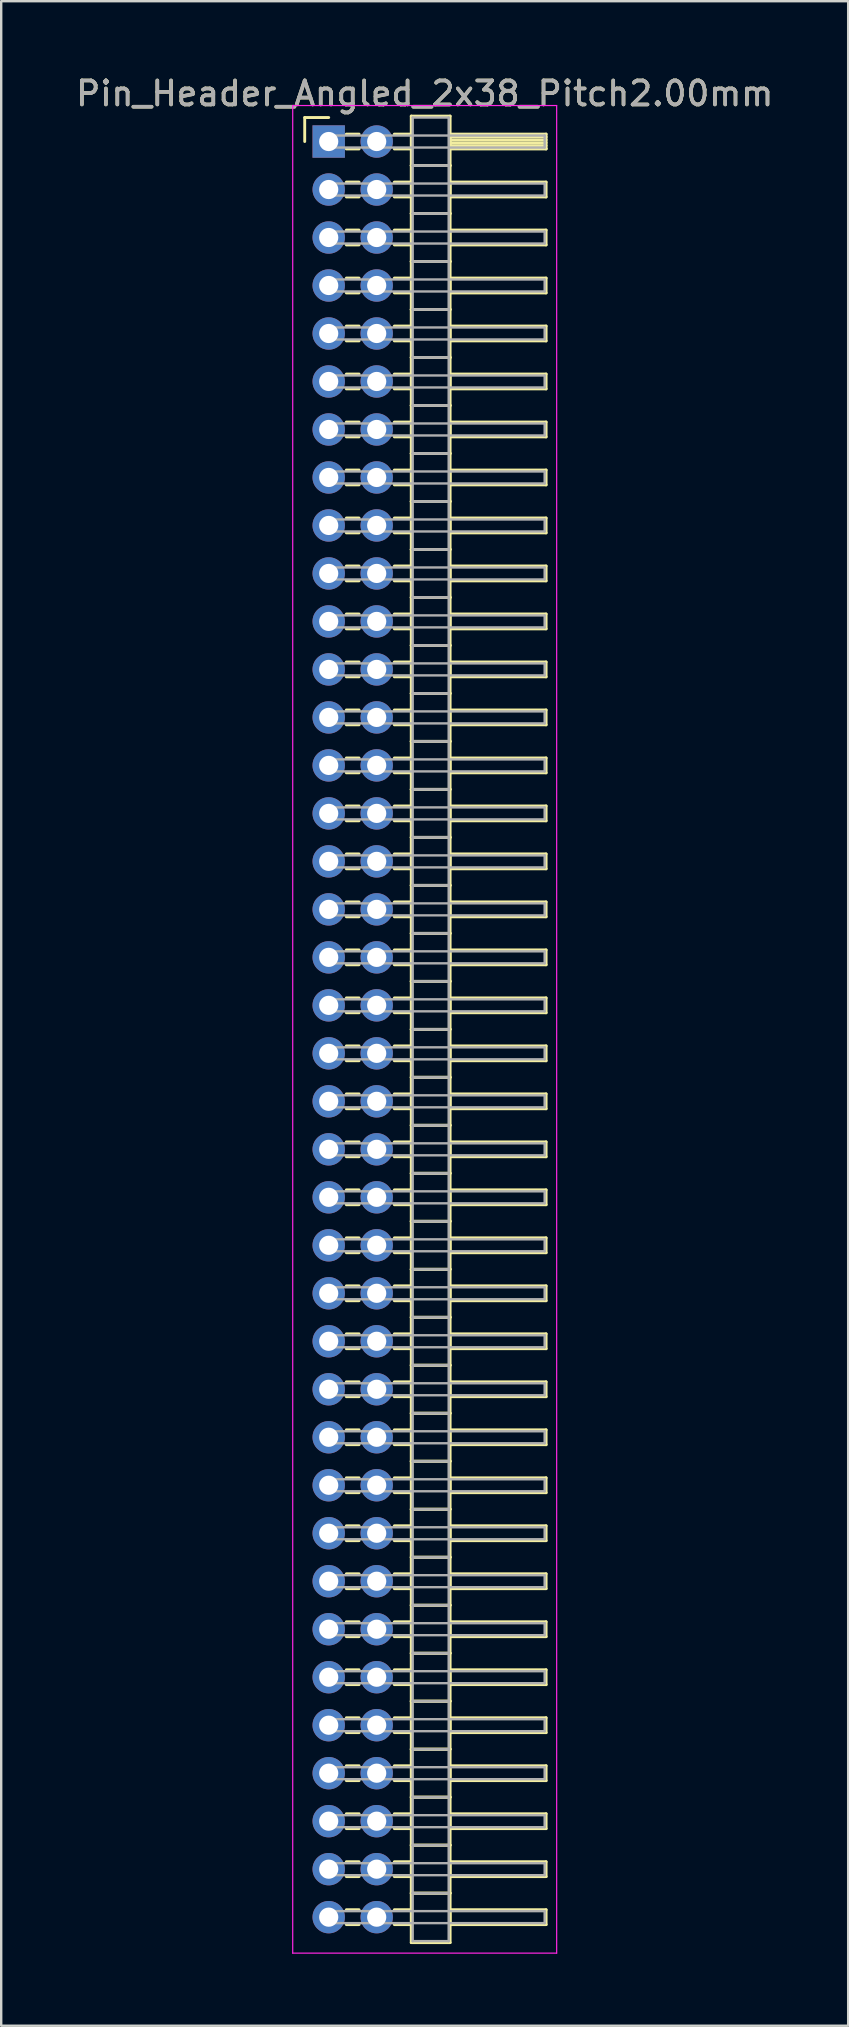
<source format=kicad_pcb>
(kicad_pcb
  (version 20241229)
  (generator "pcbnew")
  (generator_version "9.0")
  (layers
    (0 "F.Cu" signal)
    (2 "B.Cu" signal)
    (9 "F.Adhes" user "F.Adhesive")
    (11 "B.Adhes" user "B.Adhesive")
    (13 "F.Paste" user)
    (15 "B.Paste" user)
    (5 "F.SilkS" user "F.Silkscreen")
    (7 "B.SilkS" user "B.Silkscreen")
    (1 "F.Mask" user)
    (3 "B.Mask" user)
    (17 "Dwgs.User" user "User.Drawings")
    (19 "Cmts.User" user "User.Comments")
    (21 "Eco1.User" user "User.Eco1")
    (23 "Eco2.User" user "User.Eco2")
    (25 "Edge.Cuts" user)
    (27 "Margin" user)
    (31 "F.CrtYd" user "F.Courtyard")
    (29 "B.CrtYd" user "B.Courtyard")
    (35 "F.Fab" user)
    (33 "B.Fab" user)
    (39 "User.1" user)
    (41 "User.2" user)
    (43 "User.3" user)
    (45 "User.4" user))
  (footprint "Pin_Header_Angled_2x38_Pitch2.00mm"
    (layer "F.Cu")
    (at 10.649 2.848)
    (property "Reference" "Pin_Header_Angled_2x38_Pitch2.00mm" (at 4 -2 0) (layer "F.SilkS") (effects (font (size 1 1) (thickness 0.15))))
    (attr through_hole)
    (fp_line (start -1 -1) (end 0 -1) (stroke (width 0.12) (type solid)) (layer "F.SilkS"))
    (fp_line (start -1 0) (end -1 -1) (stroke (width 0.12) (type solid)) (layer "F.SilkS"))
    (fp_line (start 0.735 -0.31) (end 1.265 -0.31) (stroke (width 0.12) (type solid)) (layer "F.SilkS"))
    (fp_line (start 0.735 0.31) (end 1.265 0.31) (stroke (width 0.12) (type solid)) (layer "F.SilkS"))
    (fp_line (start 0.735 1.69) (end 1.265 1.69) (stroke (width 0.12) (type solid)) (layer "F.SilkS"))
    (fp_line (start 0.735 2.31) (end 1.265 2.31) (stroke (width 0.12) (type solid)) (layer "F.SilkS"))
    (fp_line (start 0.735 3.69) (end 1.265 3.69) (stroke (width 0.12) (type solid)) (layer "F.SilkS"))
    (fp_line (start 0.735 4.31) (end 1.265 4.31) (stroke (width 0.12) (type solid)) (layer "F.SilkS"))
    (fp_line (start 0.735 5.69) (end 1.265 5.69) (stroke (width 0.12) (type solid)) (layer "F.SilkS"))
    (fp_line (start 0.735 6.31) (end 1.265 6.31) (stroke (width 0.12) (type solid)) (layer "F.SilkS"))
    (fp_line (start 0.735 7.69) (end 1.265 7.69) (stroke (width 0.12) (type solid)) (layer "F.SilkS"))
    (fp_line (start 0.735 8.31) (end 1.265 8.31) (stroke (width 0.12) (type solid)) (layer "F.SilkS"))
    (fp_line (start 0.735 9.69) (end 1.265 9.69) (stroke (width 0.12) (type solid)) (layer "F.SilkS"))
    (fp_line (start 0.735 10.31) (end 1.265 10.31) (stroke (width 0.12) (type solid)) (layer "F.SilkS"))
    (fp_line (start 0.735 11.69) (end 1.265 11.69) (stroke (width 0.12) (type solid)) (layer "F.SilkS"))
    (fp_line (start 0.735 12.31) (end 1.265 12.31) (stroke (width 0.12) (type solid)) (layer "F.SilkS"))
    (fp_line (start 0.735 13.69) (end 1.265 13.69) (stroke (width 0.12) (type solid)) (layer "F.SilkS"))
    (fp_line (start 0.735 14.31) (end 1.265 14.31) (stroke (width 0.12) (type solid)) (layer "F.SilkS"))
    (fp_line (start 0.735 15.69) (end 1.265 15.69) (stroke (width 0.12) (type solid)) (layer "F.SilkS"))
    (fp_line (start 0.735 16.31) (end 1.265 16.31) (stroke (width 0.12) (type solid)) (layer "F.SilkS"))
    (fp_line (start 0.735 17.69) (end 1.265 17.69) (stroke (width 0.12) (type solid)) (layer "F.SilkS"))
    (fp_line (start 0.735 18.31) (end 1.265 18.31) (stroke (width 0.12) (type solid)) (layer "F.SilkS"))
    (fp_line (start 0.735 19.69) (end 1.265 19.69) (stroke (width 0.12) (type solid)) (layer "F.SilkS"))
    (fp_line (start 0.735 20.31) (end 1.265 20.31) (stroke (width 0.12) (type solid)) (layer "F.SilkS"))
    (fp_line (start 0.735 21.69) (end 1.265 21.69) (stroke (width 0.12) (type solid)) (layer "F.SilkS"))
    (fp_line (start 0.735 22.31) (end 1.265 22.31) (stroke (width 0.12) (type solid)) (layer "F.SilkS"))
    (fp_line (start 0.735 23.69) (end 1.265 23.69) (stroke (width 0.12) (type solid)) (layer "F.SilkS"))
    (fp_line (start 0.735 24.31) (end 1.265 24.31) (stroke (width 0.12) (type solid)) (layer "F.SilkS"))
    (fp_line (start 0.735 25.69) (end 1.265 25.69) (stroke (width 0.12) (type solid)) (layer "F.SilkS"))
    (fp_line (start 0.735 26.31) (end 1.265 26.31) (stroke (width 0.12) (type solid)) (layer "F.SilkS"))
    (fp_line (start 0.735 27.69) (end 1.265 27.69) (stroke (width 0.12) (type solid)) (layer "F.SilkS"))
    (fp_line (start 0.735 28.31) (end 1.265 28.31) (stroke (width 0.12) (type solid)) (layer "F.SilkS"))
    (fp_line (start 0.735 29.69) (end 1.265 29.69) (stroke (width 0.12) (type solid)) (layer "F.SilkS"))
    (fp_line (start 0.735 30.31) (end 1.265 30.31) (stroke (width 0.12) (type solid)) (layer "F.SilkS"))
    (fp_line (start 0.735 31.69) (end 1.265 31.69) (stroke (width 0.12) (type solid)) (layer "F.SilkS"))
    (fp_line (start 0.735 32.31) (end 1.265 32.31) (stroke (width 0.12) (type solid)) (layer "F.SilkS"))
    (fp_line (start 0.735 33.69) (end 1.265 33.69) (stroke (width 0.12) (type solid)) (layer "F.SilkS"))
    (fp_line (start 0.735 34.31) (end 1.265 34.31) (stroke (width 0.12) (type solid)) (layer "F.SilkS"))
    (fp_line (start 0.735 35.69) (end 1.265 35.69) (stroke (width 0.12) (type solid)) (layer "F.SilkS"))
    (fp_line (start 0.735 36.31) (end 1.265 36.31) (stroke (width 0.12) (type solid)) (layer "F.SilkS"))
    (fp_line (start 0.735 37.69) (end 1.265 37.69) (stroke (width 0.12) (type solid)) (layer "F.SilkS"))
    (fp_line (start 0.735 38.31) (end 1.265 38.31) (stroke (width 0.12) (type solid)) (layer "F.SilkS"))
    (fp_line (start 0.735 39.69) (end 1.265 39.69) (stroke (width 0.12) (type solid)) (layer "F.SilkS"))
    (fp_line (start 0.735 40.31) (end 1.265 40.31) (stroke (width 0.12) (type solid)) (layer "F.SilkS"))
    (fp_line (start 0.735 41.69) (end 1.265 41.69) (stroke (width 0.12) (type solid)) (layer "F.SilkS"))
    (fp_line (start 0.735 42.31) (end 1.265 42.31) (stroke (width 0.12) (type solid)) (layer "F.SilkS"))
    (fp_line (start 0.735 43.69) (end 1.265 43.69) (stroke (width 0.12) (type solid)) (layer "F.SilkS"))
    (fp_line (start 0.735 44.31) (end 1.265 44.31) (stroke (width 0.12) (type solid)) (layer "F.SilkS"))
    (fp_line (start 0.735 45.69) (end 1.265 45.69) (stroke (width 0.12) (type solid)) (layer "F.SilkS"))
    (fp_line (start 0.735 46.31) (end 1.265 46.31) (stroke (width 0.12) (type solid)) (layer "F.SilkS"))
    (fp_line (start 0.735 47.69) (end 1.265 47.69) (stroke (width 0.12) (type solid)) (layer "F.SilkS"))
    (fp_line (start 0.735 48.31) (end 1.265 48.31) (stroke (width 0.12) (type solid)) (layer "F.SilkS"))
    (fp_line (start 0.735 49.69) (end 1.265 49.69) (stroke (width 0.12) (type solid)) (layer "F.SilkS"))
    (fp_line (start 0.735 50.31) (end 1.265 50.31) (stroke (width 0.12) (type solid)) (layer "F.SilkS"))
    (fp_line (start 0.735 51.69) (end 1.265 51.69) (stroke (width 0.12) (type solid)) (layer "F.SilkS"))
    (fp_line (start 0.735 52.31) (end 1.265 52.31) (stroke (width 0.12) (type solid)) (layer "F.SilkS"))
    (fp_line (start 0.735 53.69) (end 1.265 53.69) (stroke (width 0.12) (type solid)) (layer "F.SilkS"))
    (fp_line (start 0.735 54.31) (end 1.265 54.31) (stroke (width 0.12) (type solid)) (layer "F.SilkS"))
    (fp_line (start 0.735 55.69) (end 1.265 55.69) (stroke (width 0.12) (type solid)) (layer "F.SilkS"))
    (fp_line (start 0.735 56.31) (end 1.265 56.31) (stroke (width 0.12) (type solid)) (layer "F.SilkS"))
    (fp_line (start 0.735 57.69) (end 1.265 57.69) (stroke (width 0.12) (type solid)) (layer "F.SilkS"))
    (fp_line (start 0.735 58.31) (end 1.265 58.31) (stroke (width 0.12) (type solid)) (layer "F.SilkS"))
    (fp_line (start 0.735 59.69) (end 1.265 59.69) (stroke (width 0.12) (type solid)) (layer "F.SilkS"))
    (fp_line (start 0.735 60.31) (end 1.265 60.31) (stroke (width 0.12) (type solid)) (layer "F.SilkS"))
    (fp_line (start 0.735 61.69) (end 1.265 61.69) (stroke (width 0.12) (type solid)) (layer "F.SilkS"))
    (fp_line (start 0.735 62.31) (end 1.265 62.31) (stroke (width 0.12) (type solid)) (layer "F.SilkS"))
    (fp_line (start 0.735 63.69) (end 1.265 63.69) (stroke (width 0.12) (type solid)) (layer "F.SilkS"))
    (fp_line (start 0.735 64.31) (end 1.265 64.31) (stroke (width 0.12) (type solid)) (layer "F.SilkS"))
    (fp_line (start 0.735 65.69) (end 1.265 65.69) (stroke (width 0.12) (type solid)) (layer "F.SilkS"))
    (fp_line (start 0.735 66.31) (end 1.265 66.31) (stroke (width 0.12) (type solid)) (layer "F.SilkS"))
    (fp_line (start 0.735 67.69) (end 1.265 67.69) (stroke (width 0.12) (type solid)) (layer "F.SilkS"))
    (fp_line (start 0.735 68.31) (end 1.265 68.31) (stroke (width 0.12) (type solid)) (layer "F.SilkS"))
    (fp_line (start 0.735 69.69) (end 1.265 69.69) (stroke (width 0.12) (type solid)) (layer "F.SilkS"))
    (fp_line (start 0.735 70.31) (end 1.265 70.31) (stroke (width 0.12) (type solid)) (layer "F.SilkS"))
    (fp_line (start 0.735 71.69) (end 1.265 71.69) (stroke (width 0.12) (type solid)) (layer "F.SilkS"))
    (fp_line (start 0.735 72.31) (end 1.265 72.31) (stroke (width 0.12) (type solid)) (layer "F.SilkS"))
    (fp_line (start 0.735 73.69) (end 1.265 73.69) (stroke (width 0.12) (type solid)) (layer "F.SilkS"))
    (fp_line (start 0.735 74.31) (end 1.265 74.31) (stroke (width 0.12) (type solid)) (layer "F.SilkS"))
    (fp_line (start 2.735 -0.31) (end 3.44 -0.31) (stroke (width 0.12) (type solid)) (layer "F.SilkS"))
    (fp_line (start 2.735 0.31) (end 3.44 0.31) (stroke (width 0.12) (type solid)) (layer "F.SilkS"))
    (fp_line (start 2.735 1.69) (end 3.44 1.69) (stroke (width 0.12) (type solid)) (layer "F.SilkS"))
    (fp_line (start 2.735 2.31) (end 3.44 2.31) (stroke (width 0.12) (type solid)) (layer "F.SilkS"))
    (fp_line (start 2.735 3.69) (end 3.44 3.69) (stroke (width 0.12) (type solid)) (layer "F.SilkS"))
    (fp_line (start 2.735 4.31) (end 3.44 4.31) (stroke (width 0.12) (type solid)) (layer "F.SilkS"))
    (fp_line (start 2.735 5.69) (end 3.44 5.69) (stroke (width 0.12) (type solid)) (layer "F.SilkS"))
    (fp_line (start 2.735 6.31) (end 3.44 6.31) (stroke (width 0.12) (type solid)) (layer "F.SilkS"))
    (fp_line (start 2.735 7.69) (end 3.44 7.69) (stroke (width 0.12) (type solid)) (layer "F.SilkS"))
    (fp_line (start 2.735 8.31) (end 3.44 8.31) (stroke (width 0.12) (type solid)) (layer "F.SilkS"))
    (fp_line (start 2.735 9.69) (end 3.44 9.69) (stroke (width 0.12) (type solid)) (layer "F.SilkS"))
    (fp_line (start 2.735 10.31) (end 3.44 10.31) (stroke (width 0.12) (type solid)) (layer "F.SilkS"))
    (fp_line (start 2.735 11.69) (end 3.44 11.69) (stroke (width 0.12) (type solid)) (layer "F.SilkS"))
    (fp_line (start 2.735 12.31) (end 3.44 12.31) (stroke (width 0.12) (type solid)) (layer "F.SilkS"))
    (fp_line (start 2.735 13.69) (end 3.44 13.69) (stroke (width 0.12) (type solid)) (layer "F.SilkS"))
    (fp_line (start 2.735 14.31) (end 3.44 14.31) (stroke (width 0.12) (type solid)) (layer "F.SilkS"))
    (fp_line (start 2.735 15.69) (end 3.44 15.69) (stroke (width 0.12) (type solid)) (layer "F.SilkS"))
    (fp_line (start 2.735 16.31) (end 3.44 16.31) (stroke (width 0.12) (type solid)) (layer "F.SilkS"))
    (fp_line (start 2.735 17.69) (end 3.44 17.69) (stroke (width 0.12) (type solid)) (layer "F.SilkS"))
    (fp_line (start 2.735 18.31) (end 3.44 18.31) (stroke (width 0.12) (type solid)) (layer "F.SilkS"))
    (fp_line (start 2.735 19.69) (end 3.44 19.69) (stroke (width 0.12) (type solid)) (layer "F.SilkS"))
    (fp_line (start 2.735 20.31) (end 3.44 20.31) (stroke (width 0.12) (type solid)) (layer "F.SilkS"))
    (fp_line (start 2.735 21.69) (end 3.44 21.69) (stroke (width 0.12) (type solid)) (layer "F.SilkS"))
    (fp_line (start 2.735 22.31) (end 3.44 22.31) (stroke (width 0.12) (type solid)) (layer "F.SilkS"))
    (fp_line (start 2.735 23.69) (end 3.44 23.69) (stroke (width 0.12) (type solid)) (layer "F.SilkS"))
    (fp_line (start 2.735 24.31) (end 3.44 24.31) (stroke (width 0.12) (type solid)) (layer "F.SilkS"))
    (fp_line (start 2.735 25.69) (end 3.44 25.69) (stroke (width 0.12) (type solid)) (layer "F.SilkS"))
    (fp_line (start 2.735 26.31) (end 3.44 26.31) (stroke (width 0.12) (type solid)) (layer "F.SilkS"))
    (fp_line (start 2.735 27.69) (end 3.44 27.69) (stroke (width 0.12) (type solid)) (layer "F.SilkS"))
    (fp_line (start 2.735 28.31) (end 3.44 28.31) (stroke (width 0.12) (type solid)) (layer "F.SilkS"))
    (fp_line (start 2.735 29.69) (end 3.44 29.69) (stroke (width 0.12) (type solid)) (layer "F.SilkS"))
    (fp_line (start 2.735 30.31) (end 3.44 30.31) (stroke (width 0.12) (type solid)) (layer "F.SilkS"))
    (fp_line (start 2.735 31.69) (end 3.44 31.69) (stroke (width 0.12) (type solid)) (layer "F.SilkS"))
    (fp_line (start 2.735 32.31) (end 3.44 32.31) (stroke (width 0.12) (type solid)) (layer "F.SilkS"))
    (fp_line (start 2.735 33.69) (end 3.44 33.69) (stroke (width 0.12) (type solid)) (layer "F.SilkS"))
    (fp_line (start 2.735 34.31) (end 3.44 34.31) (stroke (width 0.12) (type solid)) (layer "F.SilkS"))
    (fp_line (start 2.735 35.69) (end 3.44 35.69) (stroke (width 0.12) (type solid)) (layer "F.SilkS"))
    (fp_line (start 2.735 36.31) (end 3.44 36.31) (stroke (width 0.12) (type solid)) (layer "F.SilkS"))
    (fp_line (start 2.735 37.69) (end 3.44 37.69) (stroke (width 0.12) (type solid)) (layer "F.SilkS"))
    (fp_line (start 2.735 38.31) (end 3.44 38.31) (stroke (width 0.12) (type solid)) (layer "F.SilkS"))
    (fp_line (start 2.735 39.69) (end 3.44 39.69) (stroke (width 0.12) (type solid)) (layer "F.SilkS"))
    (fp_line (start 2.735 40.31) (end 3.44 40.31) (stroke (width 0.12) (type solid)) (layer "F.SilkS"))
    (fp_line (start 2.735 41.69) (end 3.44 41.69) (stroke (width 0.12) (type solid)) (layer "F.SilkS"))
    (fp_line (start 2.735 42.31) (end 3.44 42.31) (stroke (width 0.12) (type solid)) (layer "F.SilkS"))
    (fp_line (start 2.735 43.69) (end 3.44 43.69) (stroke (width 0.12) (type solid)) (layer "F.SilkS"))
    (fp_line (start 2.735 44.31) (end 3.44 44.31) (stroke (width 0.12) (type solid)) (layer "F.SilkS"))
    (fp_line (start 2.735 45.69) (end 3.44 45.69) (stroke (width 0.12) (type solid)) (layer "F.SilkS"))
    (fp_line (start 2.735 46.31) (end 3.44 46.31) (stroke (width 0.12) (type solid)) (layer "F.SilkS"))
    (fp_line (start 2.735 47.69) (end 3.44 47.69) (stroke (width 0.12) (type solid)) (layer "F.SilkS"))
    (fp_line (start 2.735 48.31) (end 3.44 48.31) (stroke (width 0.12) (type solid)) (layer "F.SilkS"))
    (fp_line (start 2.735 49.69) (end 3.44 49.69) (stroke (width 0.12) (type solid)) (layer "F.SilkS"))
    (fp_line (start 2.735 50.31) (end 3.44 50.31) (stroke (width 0.12) (type solid)) (layer "F.SilkS"))
    (fp_line (start 2.735 51.69) (end 3.44 51.69) (stroke (width 0.12) (type solid)) (layer "F.SilkS"))
    (fp_line (start 2.735 52.31) (end 3.44 52.31) (stroke (width 0.12) (type solid)) (layer "F.SilkS"))
    (fp_line (start 2.735 53.69) (end 3.44 53.69) (stroke (width 0.12) (type solid)) (layer "F.SilkS"))
    (fp_line (start 2.735 54.31) (end 3.44 54.31) (stroke (width 0.12) (type solid)) (layer "F.SilkS"))
    (fp_line (start 2.735 55.69) (end 3.44 55.69) (stroke (width 0.12) (type solid)) (layer "F.SilkS"))
    (fp_line (start 2.735 56.31) (end 3.44 56.31) (stroke (width 0.12) (type solid)) (layer "F.SilkS"))
    (fp_line (start 2.735 57.69) (end 3.44 57.69) (stroke (width 0.12) (type solid)) (layer "F.SilkS"))
    (fp_line (start 2.735 58.31) (end 3.44 58.31) (stroke (width 0.12) (type solid)) (layer "F.SilkS"))
    (fp_line (start 2.735 59.69) (end 3.44 59.69) (stroke (width 0.12) (type solid)) (layer "F.SilkS"))
    (fp_line (start 2.735 60.31) (end 3.44 60.31) (stroke (width 0.12) (type solid)) (layer "F.SilkS"))
    (fp_line (start 2.735 61.69) (end 3.44 61.69) (stroke (width 0.12) (type solid)) (layer "F.SilkS"))
    (fp_line (start 2.735 62.31) (end 3.44 62.31) (stroke (width 0.12) (type solid)) (layer "F.SilkS"))
    (fp_line (start 2.735 63.69) (end 3.44 63.69) (stroke (width 0.12) (type solid)) (layer "F.SilkS"))
    (fp_line (start 2.735 64.31) (end 3.44 64.31) (stroke (width 0.12) (type solid)) (layer "F.SilkS"))
    (fp_line (start 2.735 65.69) (end 3.44 65.69) (stroke (width 0.12) (type solid)) (layer "F.SilkS"))
    (fp_line (start 2.735 66.31) (end 3.44 66.31) (stroke (width 0.12) (type solid)) (layer "F.SilkS"))
    (fp_line (start 2.735 67.69) (end 3.44 67.69) (stroke (width 0.12) (type solid)) (layer "F.SilkS"))
    (fp_line (start 2.735 68.31) (end 3.44 68.31) (stroke (width 0.12) (type solid)) (layer "F.SilkS"))
    (fp_line (start 2.735 69.69) (end 3.44 69.69) (stroke (width 0.12) (type solid)) (layer "F.SilkS"))
    (fp_line (start 2.735 70.31) (end 3.44 70.31) (stroke (width 0.12) (type solid)) (layer "F.SilkS"))
    (fp_line (start 2.735 71.69) (end 3.44 71.69) (stroke (width 0.12) (type solid)) (layer "F.SilkS"))
    (fp_line (start 2.735 72.31) (end 3.44 72.31) (stroke (width 0.12) (type solid)) (layer "F.SilkS"))
    (fp_line (start 2.735 73.69) (end 3.44 73.69) (stroke (width 0.12) (type solid)) (layer "F.SilkS"))
    (fp_line (start 2.735 74.31) (end 3.44 74.31) (stroke (width 0.12) (type solid)) (layer "F.SilkS"))
    (fp_line (start 3.44 -1.06) (end 3.44 1) (stroke (width 0.12) (type solid)) (layer "F.SilkS"))
    (fp_line (start 3.44 1) (end 3.44 3) (stroke (width 0.12) (type solid)) (layer "F.SilkS"))
    (fp_line (start 3.44 1) (end 5.06 1) (stroke (width 0.12) (type solid)) (layer "F.SilkS"))
    (fp_line (start 3.44 3) (end 3.44 5) (stroke (width 0.12) (type solid)) (layer "F.SilkS"))
    (fp_line (start 3.44 3) (end 5.06 3) (stroke (width 0.12) (type solid)) (layer "F.SilkS"))
    (fp_line (start 3.44 5) (end 3.44 7) (stroke (width 0.12) (type solid)) (layer "F.SilkS"))
    (fp_line (start 3.44 5) (end 5.06 5) (stroke (width 0.12) (type solid)) (layer "F.SilkS"))
    (fp_line (start 3.44 7) (end 3.44 9) (stroke (width 0.12) (type solid)) (layer "F.SilkS"))
    (fp_line (start 3.44 7) (end 5.06 7) (stroke (width 0.12) (type solid)) (layer "F.SilkS"))
    (fp_line (start 3.44 9) (end 3.44 11) (stroke (width 0.12) (type solid)) (layer "F.SilkS"))
    (fp_line (start 3.44 9) (end 5.06 9) (stroke (width 0.12) (type solid)) (layer "F.SilkS"))
    (fp_line (start 3.44 11) (end 3.44 13) (stroke (width 0.12) (type solid)) (layer "F.SilkS"))
    (fp_line (start 3.44 11) (end 5.06 11) (stroke (width 0.12) (type solid)) (layer "F.SilkS"))
    (fp_line (start 3.44 13) (end 3.44 15) (stroke (width 0.12) (type solid)) (layer "F.SilkS"))
    (fp_line (start 3.44 13) (end 5.06 13) (stroke (width 0.12) (type solid)) (layer "F.SilkS"))
    (fp_line (start 3.44 15) (end 3.44 17) (stroke (width 0.12) (type solid)) (layer "F.SilkS"))
    (fp_line (start 3.44 15) (end 5.06 15) (stroke (width 0.12) (type solid)) (layer "F.SilkS"))
    (fp_line (start 3.44 17) (end 3.44 19) (stroke (width 0.12) (type solid)) (layer "F.SilkS"))
    (fp_line (start 3.44 17) (end 5.06 17) (stroke (width 0.12) (type solid)) (layer "F.SilkS"))
    (fp_line (start 3.44 19) (end 3.44 21) (stroke (width 0.12) (type solid)) (layer "F.SilkS"))
    (fp_line (start 3.44 19) (end 5.06 19) (stroke (width 0.12) (type solid)) (layer "F.SilkS"))
    (fp_line (start 3.44 21) (end 3.44 23) (stroke (width 0.12) (type solid)) (layer "F.SilkS"))
    (fp_line (start 3.44 21) (end 5.06 21) (stroke (width 0.12) (type solid)) (layer "F.SilkS"))
    (fp_line (start 3.44 23) (end 3.44 25) (stroke (width 0.12) (type solid)) (layer "F.SilkS"))
    (fp_line (start 3.44 23) (end 5.06 23) (stroke (width 0.12) (type solid)) (layer "F.SilkS"))
    (fp_line (start 3.44 25) (end 3.44 27) (stroke (width 0.12) (type solid)) (layer "F.SilkS"))
    (fp_line (start 3.44 25) (end 5.06 25) (stroke (width 0.12) (type solid)) (layer "F.SilkS"))
    (fp_line (start 3.44 27) (end 3.44 29) (stroke (width 0.12) (type solid)) (layer "F.SilkS"))
    (fp_line (start 3.44 27) (end 5.06 27) (stroke (width 0.12) (type solid)) (layer "F.SilkS"))
    (fp_line (start 3.44 29) (end 3.44 31) (stroke (width 0.12) (type solid)) (layer "F.SilkS"))
    (fp_line (start 3.44 29) (end 5.06 29) (stroke (width 0.12) (type solid)) (layer "F.SilkS"))
    (fp_line (start 3.44 31) (end 3.44 33) (stroke (width 0.12) (type solid)) (layer "F.SilkS"))
    (fp_line (start 3.44 31) (end 5.06 31) (stroke (width 0.12) (type solid)) (layer "F.SilkS"))
    (fp_line (start 3.44 33) (end 3.44 35) (stroke (width 0.12) (type solid)) (layer "F.SilkS"))
    (fp_line (start 3.44 33) (end 5.06 33) (stroke (width 0.12) (type solid)) (layer "F.SilkS"))
    (fp_line (start 3.44 35) (end 3.44 37) (stroke (width 0.12) (type solid)) (layer "F.SilkS"))
    (fp_line (start 3.44 35) (end 5.06 35) (stroke (width 0.12) (type solid)) (layer "F.SilkS"))
    (fp_line (start 3.44 37) (end 3.44 39) (stroke (width 0.12) (type solid)) (layer "F.SilkS"))
    (fp_line (start 3.44 37) (end 5.06 37) (stroke (width 0.12) (type solid)) (layer "F.SilkS"))
    (fp_line (start 3.44 39) (end 3.44 41) (stroke (width 0.12) (type solid)) (layer "F.SilkS"))
    (fp_line (start 3.44 39) (end 5.06 39) (stroke (width 0.12) (type solid)) (layer "F.SilkS"))
    (fp_line (start 3.44 41) (end 3.44 43) (stroke (width 0.12) (type solid)) (layer "F.SilkS"))
    (fp_line (start 3.44 41) (end 5.06 41) (stroke (width 0.12) (type solid)) (layer "F.SilkS"))
    (fp_line (start 3.44 43) (end 3.44 45) (stroke (width 0.12) (type solid)) (layer "F.SilkS"))
    (fp_line (start 3.44 43) (end 5.06 43) (stroke (width 0.12) (type solid)) (layer "F.SilkS"))
    (fp_line (start 3.44 45) (end 3.44 47) (stroke (width 0.12) (type solid)) (layer "F.SilkS"))
    (fp_line (start 3.44 45) (end 5.06 45) (stroke (width 0.12) (type solid)) (layer "F.SilkS"))
    (fp_line (start 3.44 47) (end 3.44 49) (stroke (width 0.12) (type solid)) (layer "F.SilkS"))
    (fp_line (start 3.44 47) (end 5.06 47) (stroke (width 0.12) (type solid)) (layer "F.SilkS"))
    (fp_line (start 3.44 49) (end 3.44 51) (stroke (width 0.12) (type solid)) (layer "F.SilkS"))
    (fp_line (start 3.44 49) (end 5.06 49) (stroke (width 0.12) (type solid)) (layer "F.SilkS"))
    (fp_line (start 3.44 51) (end 3.44 53) (stroke (width 0.12) (type solid)) (layer "F.SilkS"))
    (fp_line (start 3.44 51) (end 5.06 51) (stroke (width 0.12) (type solid)) (layer "F.SilkS"))
    (fp_line (start 3.44 53) (end 3.44 55) (stroke (width 0.12) (type solid)) (layer "F.SilkS"))
    (fp_line (start 3.44 53) (end 5.06 53) (stroke (width 0.12) (type solid)) (layer "F.SilkS"))
    (fp_line (start 3.44 55) (end 3.44 57) (stroke (width 0.12) (type solid)) (layer "F.SilkS"))
    (fp_line (start 3.44 55) (end 5.06 55) (stroke (width 0.12) (type solid)) (layer "F.SilkS"))
    (fp_line (start 3.44 57) (end 3.44 59) (stroke (width 0.12) (type solid)) (layer "F.SilkS"))
    (fp_line (start 3.44 57) (end 5.06 57) (stroke (width 0.12) (type solid)) (layer "F.SilkS"))
    (fp_line (start 3.44 59) (end 3.44 61) (stroke (width 0.12) (type solid)) (layer "F.SilkS"))
    (fp_line (start 3.44 59) (end 5.06 59) (stroke (width 0.12) (type solid)) (layer "F.SilkS"))
    (fp_line (start 3.44 61) (end 3.44 63) (stroke (width 0.12) (type solid)) (layer "F.SilkS"))
    (fp_line (start 3.44 61) (end 5.06 61) (stroke (width 0.12) (type solid)) (layer "F.SilkS"))
    (fp_line (start 3.44 63) (end 3.44 65) (stroke (width 0.12) (type solid)) (layer "F.SilkS"))
    (fp_line (start 3.44 63) (end 5.06 63) (stroke (width 0.12) (type solid)) (layer "F.SilkS"))
    (fp_line (start 3.44 65) (end 3.44 67) (stroke (width 0.12) (type solid)) (layer "F.SilkS"))
    (fp_line (start 3.44 65) (end 5.06 65) (stroke (width 0.12) (type solid)) (layer "F.SilkS"))
    (fp_line (start 3.44 67) (end 3.44 69) (stroke (width 0.12) (type solid)) (layer "F.SilkS"))
    (fp_line (start 3.44 67) (end 5.06 67) (stroke (width 0.12) (type solid)) (layer "F.SilkS"))
    (fp_line (start 3.44 69) (end 3.44 71) (stroke (width 0.12) (type solid)) (layer "F.SilkS"))
    (fp_line (start 3.44 69) (end 5.06 69) (stroke (width 0.12) (type solid)) (layer "F.SilkS"))
    (fp_line (start 3.44 71) (end 3.44 73) (stroke (width 0.12) (type solid)) (layer "F.SilkS"))
    (fp_line (start 3.44 71) (end 5.06 71) (stroke (width 0.12) (type solid)) (layer "F.SilkS"))
    (fp_line (start 3.44 73) (end 3.44 75.06) (stroke (width 0.12) (type solid)) (layer "F.SilkS"))
    (fp_line (start 3.44 73) (end 5.06 73) (stroke (width 0.12) (type solid)) (layer "F.SilkS"))
    (fp_line (start 3.44 75.06) (end 5.06 75.06) (stroke (width 0.12) (type solid)) (layer "F.SilkS"))
    (fp_line (start 5.06 -1.06) (end 3.44 -1.06) (stroke (width 0.12) (type solid)) (layer "F.SilkS"))
    (fp_line (start 5.06 -0.31) (end 5.06 0.31) (stroke (width 0.12) (type solid)) (layer "F.SilkS"))
    (fp_line (start 5.06 -0.19) (end 9.06 -0.19) (stroke (width 0.12) (type solid)) (layer "F.SilkS"))
    (fp_line (start 5.06 -0.07) (end 9.06 -0.07) (stroke (width 0.12) (type solid)) (layer "F.SilkS"))
    (fp_line (start 5.06 0.05) (end 9.06 0.05) (stroke (width 0.12) (type solid)) (layer "F.SilkS"))
    (fp_line (start 5.06 0.17) (end 9.06 0.17) (stroke (width 0.12) (type solid)) (layer "F.SilkS"))
    (fp_line (start 5.06 0.29) (end 9.06 0.29) (stroke (width 0.12) (type solid)) (layer "F.SilkS"))
    (fp_line (start 5.06 0.31) (end 9.06 0.31) (stroke (width 0.12) (type solid)) (layer "F.SilkS"))
    (fp_line (start 5.06 1) (end 3.44 1) (stroke (width 0.12) (type solid)) (layer "F.SilkS"))
    (fp_line (start 5.06 1) (end 5.06 -1.06) (stroke (width 0.12) (type solid)) (layer "F.SilkS"))
    (fp_line (start 5.06 1.69) (end 5.06 2.31) (stroke (width 0.12) (type solid)) (layer "F.SilkS"))
    (fp_line (start 5.06 2.31) (end 9.06 2.31) (stroke (width 0.12) (type solid)) (layer "F.SilkS"))
    (fp_line (start 5.06 3) (end 3.44 3) (stroke (width 0.12) (type solid)) (layer "F.SilkS"))
    (fp_line (start 5.06 3) (end 5.06 1) (stroke (width 0.12) (type solid)) (layer "F.SilkS"))
    (fp_line (start 5.06 3.69) (end 5.06 4.31) (stroke (width 0.12) (type solid)) (layer "F.SilkS"))
    (fp_line (start 5.06 4.31) (end 9.06 4.31) (stroke (width 0.12) (type solid)) (layer "F.SilkS"))
    (fp_line (start 5.06 5) (end 3.44 5) (stroke (width 0.12) (type solid)) (layer "F.SilkS"))
    (fp_line (start 5.06 5) (end 5.06 3) (stroke (width 0.12) (type solid)) (layer "F.SilkS"))
    (fp_line (start 5.06 5.69) (end 5.06 6.31) (stroke (width 0.12) (type solid)) (layer "F.SilkS"))
    (fp_line (start 5.06 6.31) (end 9.06 6.31) (stroke (width 0.12) (type solid)) (layer "F.SilkS"))
    (fp_line (start 5.06 7) (end 3.44 7) (stroke (width 0.12) (type solid)) (layer "F.SilkS"))
    (fp_line (start 5.06 7) (end 5.06 5) (stroke (width 0.12) (type solid)) (layer "F.SilkS"))
    (fp_line (start 5.06 7.69) (end 5.06 8.31) (stroke (width 0.12) (type solid)) (layer "F.SilkS"))
    (fp_line (start 5.06 8.31) (end 9.06 8.31) (stroke (width 0.12) (type solid)) (layer "F.SilkS"))
    (fp_line (start 5.06 9) (end 3.44 9) (stroke (width 0.12) (type solid)) (layer "F.SilkS"))
    (fp_line (start 5.06 9) (end 5.06 7) (stroke (width 0.12) (type solid)) (layer "F.SilkS"))
    (fp_line (start 5.06 9.69) (end 5.06 10.31) (stroke (width 0.12) (type solid)) (layer "F.SilkS"))
    (fp_line (start 5.06 10.31) (end 9.06 10.31) (stroke (width 0.12) (type solid)) (layer "F.SilkS"))
    (fp_line (start 5.06 11) (end 3.44 11) (stroke (width 0.12) (type solid)) (layer "F.SilkS"))
    (fp_line (start 5.06 11) (end 5.06 9) (stroke (width 0.12) (type solid)) (layer "F.SilkS"))
    (fp_line (start 5.06 11.69) (end 5.06 12.31) (stroke (width 0.12) (type solid)) (layer "F.SilkS"))
    (fp_line (start 5.06 12.31) (end 9.06 12.31) (stroke (width 0.12) (type solid)) (layer "F.SilkS"))
    (fp_line (start 5.06 13) (end 3.44 13) (stroke (width 0.12) (type solid)) (layer "F.SilkS"))
    (fp_line (start 5.06 13) (end 5.06 11) (stroke (width 0.12) (type solid)) (layer "F.SilkS"))
    (fp_line (start 5.06 13.69) (end 5.06 14.31) (stroke (width 0.12) (type solid)) (layer "F.SilkS"))
    (fp_line (start 5.06 14.31) (end 9.06 14.31) (stroke (width 0.12) (type solid)) (layer "F.SilkS"))
    (fp_line (start 5.06 15) (end 3.44 15) (stroke (width 0.12) (type solid)) (layer "F.SilkS"))
    (fp_line (start 5.06 15) (end 5.06 13) (stroke (width 0.12) (type solid)) (layer "F.SilkS"))
    (fp_line (start 5.06 15.69) (end 5.06 16.31) (stroke (width 0.12) (type solid)) (layer "F.SilkS"))
    (fp_line (start 5.06 16.31) (end 9.06 16.31) (stroke (width 0.12) (type solid)) (layer "F.SilkS"))
    (fp_line (start 5.06 17) (end 3.44 17) (stroke (width 0.12) (type solid)) (layer "F.SilkS"))
    (fp_line (start 5.06 17) (end 5.06 15) (stroke (width 0.12) (type solid)) (layer "F.SilkS"))
    (fp_line (start 5.06 17.69) (end 5.06 18.31) (stroke (width 0.12) (type solid)) (layer "F.SilkS"))
    (fp_line (start 5.06 18.31) (end 9.06 18.31) (stroke (width 0.12) (type solid)) (layer "F.SilkS"))
    (fp_line (start 5.06 19) (end 3.44 19) (stroke (width 0.12) (type solid)) (layer "F.SilkS"))
    (fp_line (start 5.06 19) (end 5.06 17) (stroke (width 0.12) (type solid)) (layer "F.SilkS"))
    (fp_line (start 5.06 19.69) (end 5.06 20.31) (stroke (width 0.12) (type solid)) (layer "F.SilkS"))
    (fp_line (start 5.06 20.31) (end 9.06 20.31) (stroke (width 0.12) (type solid)) (layer "F.SilkS"))
    (fp_line (start 5.06 21) (end 3.44 21) (stroke (width 0.12) (type solid)) (layer "F.SilkS"))
    (fp_line (start 5.06 21) (end 5.06 19) (stroke (width 0.12) (type solid)) (layer "F.SilkS"))
    (fp_line (start 5.06 21.69) (end 5.06 22.31) (stroke (width 0.12) (type solid)) (layer "F.SilkS"))
    (fp_line (start 5.06 22.31) (end 9.06 22.31) (stroke (width 0.12) (type solid)) (layer "F.SilkS"))
    (fp_line (start 5.06 23) (end 3.44 23) (stroke (width 0.12) (type solid)) (layer "F.SilkS"))
    (fp_line (start 5.06 23) (end 5.06 21) (stroke (width 0.12) (type solid)) (layer "F.SilkS"))
    (fp_line (start 5.06 23.69) (end 5.06 24.31) (stroke (width 0.12) (type solid)) (layer "F.SilkS"))
    (fp_line (start 5.06 24.31) (end 9.06 24.31) (stroke (width 0.12) (type solid)) (layer "F.SilkS"))
    (fp_line (start 5.06 25) (end 3.44 25) (stroke (width 0.12) (type solid)) (layer "F.SilkS"))
    (fp_line (start 5.06 25) (end 5.06 23) (stroke (width 0.12) (type solid)) (layer "F.SilkS"))
    (fp_line (start 5.06 25.69) (end 5.06 26.31) (stroke (width 0.12) (type solid)) (layer "F.SilkS"))
    (fp_line (start 5.06 26.31) (end 9.06 26.31) (stroke (width 0.12) (type solid)) (layer "F.SilkS"))
    (fp_line (start 5.06 27) (end 3.44 27) (stroke (width 0.12) (type solid)) (layer "F.SilkS"))
    (fp_line (start 5.06 27) (end 5.06 25) (stroke (width 0.12) (type solid)) (layer "F.SilkS"))
    (fp_line (start 5.06 27.69) (end 5.06 28.31) (stroke (width 0.12) (type solid)) (layer "F.SilkS"))
    (fp_line (start 5.06 28.31) (end 9.06 28.31) (stroke (width 0.12) (type solid)) (layer "F.SilkS"))
    (fp_line (start 5.06 29) (end 3.44 29) (stroke (width 0.12) (type solid)) (layer "F.SilkS"))
    (fp_line (start 5.06 29) (end 5.06 27) (stroke (width 0.12) (type solid)) (layer "F.SilkS"))
    (fp_line (start 5.06 29.69) (end 5.06 30.31) (stroke (width 0.12) (type solid)) (layer "F.SilkS"))
    (fp_line (start 5.06 30.31) (end 9.06 30.31) (stroke (width 0.12) (type solid)) (layer "F.SilkS"))
    (fp_line (start 5.06 31) (end 3.44 31) (stroke (width 0.12) (type solid)) (layer "F.SilkS"))
    (fp_line (start 5.06 31) (end 5.06 29) (stroke (width 0.12) (type solid)) (layer "F.SilkS"))
    (fp_line (start 5.06 31.69) (end 5.06 32.31) (stroke (width 0.12) (type solid)) (layer "F.SilkS"))
    (fp_line (start 5.06 32.31) (end 9.06 32.31) (stroke (width 0.12) (type solid)) (layer "F.SilkS"))
    (fp_line (start 5.06 33) (end 3.44 33) (stroke (width 0.12) (type solid)) (layer "F.SilkS"))
    (fp_line (start 5.06 33) (end 5.06 31) (stroke (width 0.12) (type solid)) (layer "F.SilkS"))
    (fp_line (start 5.06 33.69) (end 5.06 34.31) (stroke (width 0.12) (type solid)) (layer "F.SilkS"))
    (fp_line (start 5.06 34.31) (end 9.06 34.31) (stroke (width 0.12) (type solid)) (layer "F.SilkS"))
    (fp_line (start 5.06 35) (end 3.44 35) (stroke (width 0.12) (type solid)) (layer "F.SilkS"))
    (fp_line (start 5.06 35) (end 5.06 33) (stroke (width 0.12) (type solid)) (layer "F.SilkS"))
    (fp_line (start 5.06 35.69) (end 5.06 36.31) (stroke (width 0.12) (type solid)) (layer "F.SilkS"))
    (fp_line (start 5.06 36.31) (end 9.06 36.31) (stroke (width 0.12) (type solid)) (layer "F.SilkS"))
    (fp_line (start 5.06 37) (end 3.44 37) (stroke (width 0.12) (type solid)) (layer "F.SilkS"))
    (fp_line (start 5.06 37) (end 5.06 35) (stroke (width 0.12) (type solid)) (layer "F.SilkS"))
    (fp_line (start 5.06 37.69) (end 5.06 38.31) (stroke (width 0.12) (type solid)) (layer "F.SilkS"))
    (fp_line (start 5.06 38.31) (end 9.06 38.31) (stroke (width 0.12) (type solid)) (layer "F.SilkS"))
    (fp_line (start 5.06 39) (end 3.44 39) (stroke (width 0.12) (type solid)) (layer "F.SilkS"))
    (fp_line (start 5.06 39) (end 5.06 37) (stroke (width 0.12) (type solid)) (layer "F.SilkS"))
    (fp_line (start 5.06 39.69) (end 5.06 40.31) (stroke (width 0.12) (type solid)) (layer "F.SilkS"))
    (fp_line (start 5.06 40.31) (end 9.06 40.31) (stroke (width 0.12) (type solid)) (layer "F.SilkS"))
    (fp_line (start 5.06 41) (end 3.44 41) (stroke (width 0.12) (type solid)) (layer "F.SilkS"))
    (fp_line (start 5.06 41) (end 5.06 39) (stroke (width 0.12) (type solid)) (layer "F.SilkS"))
    (fp_line (start 5.06 41.69) (end 5.06 42.31) (stroke (width 0.12) (type solid)) (layer "F.SilkS"))
    (fp_line (start 5.06 42.31) (end 9.06 42.31) (stroke (width 0.12) (type solid)) (layer "F.SilkS"))
    (fp_line (start 5.06 43) (end 3.44 43) (stroke (width 0.12) (type solid)) (layer "F.SilkS"))
    (fp_line (start 5.06 43) (end 5.06 41) (stroke (width 0.12) (type solid)) (layer "F.SilkS"))
    (fp_line (start 5.06 43.69) (end 5.06 44.31) (stroke (width 0.12) (type solid)) (layer "F.SilkS"))
    (fp_line (start 5.06 44.31) (end 9.06 44.31) (stroke (width 0.12) (type solid)) (layer "F.SilkS"))
    (fp_line (start 5.06 45) (end 3.44 45) (stroke (width 0.12) (type solid)) (layer "F.SilkS"))
    (fp_line (start 5.06 45) (end 5.06 43) (stroke (width 0.12) (type solid)) (layer "F.SilkS"))
    (fp_line (start 5.06 45.69) (end 5.06 46.31) (stroke (width 0.12) (type solid)) (layer "F.SilkS"))
    (fp_line (start 5.06 46.31) (end 9.06 46.31) (stroke (width 0.12) (type solid)) (layer "F.SilkS"))
    (fp_line (start 5.06 47) (end 3.44 47) (stroke (width 0.12) (type solid)) (layer "F.SilkS"))
    (fp_line (start 5.06 47) (end 5.06 45) (stroke (width 0.12) (type solid)) (layer "F.SilkS"))
    (fp_line (start 5.06 47.69) (end 5.06 48.31) (stroke (width 0.12) (type solid)) (layer "F.SilkS"))
    (fp_line (start 5.06 48.31) (end 9.06 48.31) (stroke (width 0.12) (type solid)) (layer "F.SilkS"))
    (fp_line (start 5.06 49) (end 3.44 49) (stroke (width 0.12) (type solid)) (layer "F.SilkS"))
    (fp_line (start 5.06 49) (end 5.06 47) (stroke (width 0.12) (type solid)) (layer "F.SilkS"))
    (fp_line (start 5.06 49.69) (end 5.06 50.31) (stroke (width 0.12) (type solid)) (layer "F.SilkS"))
    (fp_line (start 5.06 50.31) (end 9.06 50.31) (stroke (width 0.12) (type solid)) (layer "F.SilkS"))
    (fp_line (start 5.06 51) (end 3.44 51) (stroke (width 0.12) (type solid)) (layer "F.SilkS"))
    (fp_line (start 5.06 51) (end 5.06 49) (stroke (width 0.12) (type solid)) (layer "F.SilkS"))
    (fp_line (start 5.06 51.69) (end 5.06 52.31) (stroke (width 0.12) (type solid)) (layer "F.SilkS"))
    (fp_line (start 5.06 52.31) (end 9.06 52.31) (stroke (width 0.12) (type solid)) (layer "F.SilkS"))
    (fp_line (start 5.06 53) (end 3.44 53) (stroke (width 0.12) (type solid)) (layer "F.SilkS"))
    (fp_line (start 5.06 53) (end 5.06 51) (stroke (width 0.12) (type solid)) (layer "F.SilkS"))
    (fp_line (start 5.06 53.69) (end 5.06 54.31) (stroke (width 0.12) (type solid)) (layer "F.SilkS"))
    (fp_line (start 5.06 54.31) (end 9.06 54.31) (stroke (width 0.12) (type solid)) (layer "F.SilkS"))
    (fp_line (start 5.06 55) (end 3.44 55) (stroke (width 0.12) (type solid)) (layer "F.SilkS"))
    (fp_line (start 5.06 55) (end 5.06 53) (stroke (width 0.12) (type solid)) (layer "F.SilkS"))
    (fp_line (start 5.06 55.69) (end 5.06 56.31) (stroke (width 0.12) (type solid)) (layer "F.SilkS"))
    (fp_line (start 5.06 56.31) (end 9.06 56.31) (stroke (width 0.12) (type solid)) (layer "F.SilkS"))
    (fp_line (start 5.06 57) (end 3.44 57) (stroke (width 0.12) (type solid)) (layer "F.SilkS"))
    (fp_line (start 5.06 57) (end 5.06 55) (stroke (width 0.12) (type solid)) (layer "F.SilkS"))
    (fp_line (start 5.06 57.69) (end 5.06 58.31) (stroke (width 0.12) (type solid)) (layer "F.SilkS"))
    (fp_line (start 5.06 58.31) (end 9.06 58.31) (stroke (width 0.12) (type solid)) (layer "F.SilkS"))
    (fp_line (start 5.06 59) (end 3.44 59) (stroke (width 0.12) (type solid)) (layer "F.SilkS"))
    (fp_line (start 5.06 59) (end 5.06 57) (stroke (width 0.12) (type solid)) (layer "F.SilkS"))
    (fp_line (start 5.06 59.69) (end 5.06 60.31) (stroke (width 0.12) (type solid)) (layer "F.SilkS"))
    (fp_line (start 5.06 60.31) (end 9.06 60.31) (stroke (width 0.12) (type solid)) (layer "F.SilkS"))
    (fp_line (start 5.06 61) (end 3.44 61) (stroke (width 0.12) (type solid)) (layer "F.SilkS"))
    (fp_line (start 5.06 61) (end 5.06 59) (stroke (width 0.12) (type solid)) (layer "F.SilkS"))
    (fp_line (start 5.06 61.69) (end 5.06 62.31) (stroke (width 0.12) (type solid)) (layer "F.SilkS"))
    (fp_line (start 5.06 62.31) (end 9.06 62.31) (stroke (width 0.12) (type solid)) (layer "F.SilkS"))
    (fp_line (start 5.06 63) (end 3.44 63) (stroke (width 0.12) (type solid)) (layer "F.SilkS"))
    (fp_line (start 5.06 63) (end 5.06 61) (stroke (width 0.12) (type solid)) (layer "F.SilkS"))
    (fp_line (start 5.06 63.69) (end 5.06 64.31) (stroke (width 0.12) (type solid)) (layer "F.SilkS"))
    (fp_line (start 5.06 64.31) (end 9.06 64.31) (stroke (width 0.12) (type solid)) (layer "F.SilkS"))
    (fp_line (start 5.06 65) (end 3.44 65) (stroke (width 0.12) (type solid)) (layer "F.SilkS"))
    (fp_line (start 5.06 65) (end 5.06 63) (stroke (width 0.12) (type solid)) (layer "F.SilkS"))
    (fp_line (start 5.06 65.69) (end 5.06 66.31) (stroke (width 0.12) (type solid)) (layer "F.SilkS"))
    (fp_line (start 5.06 66.31) (end 9.06 66.31) (stroke (width 0.12) (type solid)) (layer "F.SilkS"))
    (fp_line (start 5.06 67) (end 3.44 67) (stroke (width 0.12) (type solid)) (layer "F.SilkS"))
    (fp_line (start 5.06 67) (end 5.06 65) (stroke (width 0.12) (type solid)) (layer "F.SilkS"))
    (fp_line (start 5.06 67.69) (end 5.06 68.31) (stroke (width 0.12) (type solid)) (layer "F.SilkS"))
    (fp_line (start 5.06 68.31) (end 9.06 68.31) (stroke (width 0.12) (type solid)) (layer "F.SilkS"))
    (fp_line (start 5.06 69) (end 3.44 69) (stroke (width 0.12) (type solid)) (layer "F.SilkS"))
    (fp_line (start 5.06 69) (end 5.06 67) (stroke (width 0.12) (type solid)) (layer "F.SilkS"))
    (fp_line (start 5.06 69.69) (end 5.06 70.31) (stroke (width 0.12) (type solid)) (layer "F.SilkS"))
    (fp_line (start 5.06 70.31) (end 9.06 70.31) (stroke (width 0.12) (type solid)) (layer "F.SilkS"))
    (fp_line (start 5.06 71) (end 3.44 71) (stroke (width 0.12) (type solid)) (layer "F.SilkS"))
    (fp_line (start 5.06 71) (end 5.06 69) (stroke (width 0.12) (type solid)) (layer "F.SilkS"))
    (fp_line (start 5.06 71.69) (end 5.06 72.31) (stroke (width 0.12) (type solid)) (layer "F.SilkS"))
    (fp_line (start 5.06 72.31) (end 9.06 72.31) (stroke (width 0.12) (type solid)) (layer "F.SilkS"))
    (fp_line (start 5.06 73) (end 3.44 73) (stroke (width 0.12) (type solid)) (layer "F.SilkS"))
    (fp_line (start 5.06 73) (end 5.06 71) (stroke (width 0.12) (type solid)) (layer "F.SilkS"))
    (fp_line (start 5.06 73.69) (end 5.06 74.31) (stroke (width 0.12) (type solid)) (layer "F.SilkS"))
    (fp_line (start 5.06 74.31) (end 9.06 74.31) (stroke (width 0.12) (type solid)) (layer "F.SilkS"))
    (fp_line (start 5.06 75.06) (end 5.06 73) (stroke (width 0.12) (type solid)) (layer "F.SilkS"))
    (fp_line (start 9.06 -0.31) (end 5.06 -0.31) (stroke (width 0.12) (type solid)) (layer "F.SilkS"))
    (fp_line (start 9.06 0.31) (end 9.06 -0.31) (stroke (width 0.12) (type solid)) (layer "F.SilkS"))
    (fp_line (start 9.06 1.69) (end 5.06 1.69) (stroke (width 0.12) (type solid)) (layer "F.SilkS"))
    (fp_line (start 9.06 2.31) (end 9.06 1.69) (stroke (width 0.12) (type solid)) (layer "F.SilkS"))
    (fp_line (start 9.06 3.69) (end 5.06 3.69) (stroke (width 0.12) (type solid)) (layer "F.SilkS"))
    (fp_line (start 9.06 4.31) (end 9.06 3.69) (stroke (width 0.12) (type solid)) (layer "F.SilkS"))
    (fp_line (start 9.06 5.69) (end 5.06 5.69) (stroke (width 0.12) (type solid)) (layer "F.SilkS"))
    (fp_line (start 9.06 6.31) (end 9.06 5.69) (stroke (width 0.12) (type solid)) (layer "F.SilkS"))
    (fp_line (start 9.06 7.69) (end 5.06 7.69) (stroke (width 0.12) (type solid)) (layer "F.SilkS"))
    (fp_line (start 9.06 8.31) (end 9.06 7.69) (stroke (width 0.12) (type solid)) (layer "F.SilkS"))
    (fp_line (start 9.06 9.69) (end 5.06 9.69) (stroke (width 0.12) (type solid)) (layer "F.SilkS"))
    (fp_line (start 9.06 10.31) (end 9.06 9.69) (stroke (width 0.12) (type solid)) (layer "F.SilkS"))
    (fp_line (start 9.06 11.69) (end 5.06 11.69) (stroke (width 0.12) (type solid)) (layer "F.SilkS"))
    (fp_line (start 9.06 12.31) (end 9.06 11.69) (stroke (width 0.12) (type solid)) (layer "F.SilkS"))
    (fp_line (start 9.06 13.69) (end 5.06 13.69) (stroke (width 0.12) (type solid)) (layer "F.SilkS"))
    (fp_line (start 9.06 14.31) (end 9.06 13.69) (stroke (width 0.12) (type solid)) (layer "F.SilkS"))
    (fp_line (start 9.06 15.69) (end 5.06 15.69) (stroke (width 0.12) (type solid)) (layer "F.SilkS"))
    (fp_line (start 9.06 16.31) (end 9.06 15.69) (stroke (width 0.12) (type solid)) (layer "F.SilkS"))
    (fp_line (start 9.06 17.69) (end 5.06 17.69) (stroke (width 0.12) (type solid)) (layer "F.SilkS"))
    (fp_line (start 9.06 18.31) (end 9.06 17.69) (stroke (width 0.12) (type solid)) (layer "F.SilkS"))
    (fp_line (start 9.06 19.69) (end 5.06 19.69) (stroke (width 0.12) (type solid)) (layer "F.SilkS"))
    (fp_line (start 9.06 20.31) (end 9.06 19.69) (stroke (width 0.12) (type solid)) (layer "F.SilkS"))
    (fp_line (start 9.06 21.69) (end 5.06 21.69) (stroke (width 0.12) (type solid)) (layer "F.SilkS"))
    (fp_line (start 9.06 22.31) (end 9.06 21.69) (stroke (width 0.12) (type solid)) (layer "F.SilkS"))
    (fp_line (start 9.06 23.69) (end 5.06 23.69) (stroke (width 0.12) (type solid)) (layer "F.SilkS"))
    (fp_line (start 9.06 24.31) (end 9.06 23.69) (stroke (width 0.12) (type solid)) (layer "F.SilkS"))
    (fp_line (start 9.06 25.69) (end 5.06 25.69) (stroke (width 0.12) (type solid)) (layer "F.SilkS"))
    (fp_line (start 9.06 26.31) (end 9.06 25.69) (stroke (width 0.12) (type solid)) (layer "F.SilkS"))
    (fp_line (start 9.06 27.69) (end 5.06 27.69) (stroke (width 0.12) (type solid)) (layer "F.SilkS"))
    (fp_line (start 9.06 28.31) (end 9.06 27.69) (stroke (width 0.12) (type solid)) (layer "F.SilkS"))
    (fp_line (start 9.06 29.69) (end 5.06 29.69) (stroke (width 0.12) (type solid)) (layer "F.SilkS"))
    (fp_line (start 9.06 30.31) (end 9.06 29.69) (stroke (width 0.12) (type solid)) (layer "F.SilkS"))
    (fp_line (start 9.06 31.69) (end 5.06 31.69) (stroke (width 0.12) (type solid)) (layer "F.SilkS"))
    (fp_line (start 9.06 32.31) (end 9.06 31.69) (stroke (width 0.12) (type solid)) (layer "F.SilkS"))
    (fp_line (start 9.06 33.69) (end 5.06 33.69) (stroke (width 0.12) (type solid)) (layer "F.SilkS"))
    (fp_line (start 9.06 34.31) (end 9.06 33.69) (stroke (width 0.12) (type solid)) (layer "F.SilkS"))
    (fp_line (start 9.06 35.69) (end 5.06 35.69) (stroke (width 0.12) (type solid)) (layer "F.SilkS"))
    (fp_line (start 9.06 36.31) (end 9.06 35.69) (stroke (width 0.12) (type solid)) (layer "F.SilkS"))
    (fp_line (start 9.06 37.69) (end 5.06 37.69) (stroke (width 0.12) (type solid)) (layer "F.SilkS"))
    (fp_line (start 9.06 38.31) (end 9.06 37.69) (stroke (width 0.12) (type solid)) (layer "F.SilkS"))
    (fp_line (start 9.06 39.69) (end 5.06 39.69) (stroke (width 0.12) (type solid)) (layer "F.SilkS"))
    (fp_line (start 9.06 40.31) (end 9.06 39.69) (stroke (width 0.12) (type solid)) (layer "F.SilkS"))
    (fp_line (start 9.06 41.69) (end 5.06 41.69) (stroke (width 0.12) (type solid)) (layer "F.SilkS"))
    (fp_line (start 9.06 42.31) (end 9.06 41.69) (stroke (width 0.12) (type solid)) (layer "F.SilkS"))
    (fp_line (start 9.06 43.69) (end 5.06 43.69) (stroke (width 0.12) (type solid)) (layer "F.SilkS"))
    (fp_line (start 9.06 44.31) (end 9.06 43.69) (stroke (width 0.12) (type solid)) (layer "F.SilkS"))
    (fp_line (start 9.06 45.69) (end 5.06 45.69) (stroke (width 0.12) (type solid)) (layer "F.SilkS"))
    (fp_line (start 9.06 46.31) (end 9.06 45.69) (stroke (width 0.12) (type solid)) (layer "F.SilkS"))
    (fp_line (start 9.06 47.69) (end 5.06 47.69) (stroke (width 0.12) (type solid)) (layer "F.SilkS"))
    (fp_line (start 9.06 48.31) (end 9.06 47.69) (stroke (width 0.12) (type solid)) (layer "F.SilkS"))
    (fp_line (start 9.06 49.69) (end 5.06 49.69) (stroke (width 0.12) (type solid)) (layer "F.SilkS"))
    (fp_line (start 9.06 50.31) (end 9.06 49.69) (stroke (width 0.12) (type solid)) (layer "F.SilkS"))
    (fp_line (start 9.06 51.69) (end 5.06 51.69) (stroke (width 0.12) (type solid)) (layer "F.SilkS"))
    (fp_line (start 9.06 52.31) (end 9.06 51.69) (stroke (width 0.12) (type solid)) (layer "F.SilkS"))
    (fp_line (start 9.06 53.69) (end 5.06 53.69) (stroke (width 0.12) (type solid)) (layer "F.SilkS"))
    (fp_line (start 9.06 54.31) (end 9.06 53.69) (stroke (width 0.12) (type solid)) (layer "F.SilkS"))
    (fp_line (start 9.06 55.69) (end 5.06 55.69) (stroke (width 0.12) (type solid)) (layer "F.SilkS"))
    (fp_line (start 9.06 56.31) (end 9.06 55.69) (stroke (width 0.12) (type solid)) (layer "F.SilkS"))
    (fp_line (start 9.06 57.69) (end 5.06 57.69) (stroke (width 0.12) (type solid)) (layer "F.SilkS"))
    (fp_line (start 9.06 58.31) (end 9.06 57.69) (stroke (width 0.12) (type solid)) (layer "F.SilkS"))
    (fp_line (start 9.06 59.69) (end 5.06 59.69) (stroke (width 0.12) (type solid)) (layer "F.SilkS"))
    (fp_line (start 9.06 60.31) (end 9.06 59.69) (stroke (width 0.12) (type solid)) (layer "F.SilkS"))
    (fp_line (start 9.06 61.69) (end 5.06 61.69) (stroke (width 0.12) (type solid)) (layer "F.SilkS"))
    (fp_line (start 9.06 62.31) (end 9.06 61.69) (stroke (width 0.12) (type solid)) (layer "F.SilkS"))
    (fp_line (start 9.06 63.69) (end 5.06 63.69) (stroke (width 0.12) (type solid)) (layer "F.SilkS"))
    (fp_line (start 9.06 64.31) (end 9.06 63.69) (stroke (width 0.12) (type solid)) (layer "F.SilkS"))
    (fp_line (start 9.06 65.69) (end 5.06 65.69) (stroke (width 0.12) (type solid)) (layer "F.SilkS"))
    (fp_line (start 9.06 66.31) (end 9.06 65.69) (stroke (width 0.12) (type solid)) (layer "F.SilkS"))
    (fp_line (start 9.06 67.69) (end 5.06 67.69) (stroke (width 0.12) (type solid)) (layer "F.SilkS"))
    (fp_line (start 9.06 68.31) (end 9.06 67.69) (stroke (width 0.12) (type solid)) (layer "F.SilkS"))
    (fp_line (start 9.06 69.69) (end 5.06 69.69) (stroke (width 0.12) (type solid)) (layer "F.SilkS"))
    (fp_line (start 9.06 70.31) (end 9.06 69.69) (stroke (width 0.12) (type solid)) (layer "F.SilkS"))
    (fp_line (start 9.06 71.69) (end 5.06 71.69) (stroke (width 0.12) (type solid)) (layer "F.SilkS"))
    (fp_line (start 9.06 72.31) (end 9.06 71.69) (stroke (width 0.12) (type solid)) (layer "F.SilkS"))
    (fp_line (start 9.06 73.69) (end 5.06 73.69) (stroke (width 0.12) (type solid)) (layer "F.SilkS"))
    (fp_line (start 9.06 74.31) (end 9.06 73.69) (stroke (width 0.12) (type solid)) (layer "F.SilkS"))
    (fp_line (start -1.5 -1.5) (end -1.5 75.5) (stroke (width 0.05) (type solid)) (layer "F.CrtYd"))
    (fp_line (start -1.5 75.5) (end 9.5 75.5) (stroke (width 0.05) (type solid)) (layer "F.CrtYd"))
    (fp_line (start 9.5 -1.5) (end -1.5 -1.5) (stroke (width 0.05) (type solid)) (layer "F.CrtYd"))
    (fp_line (start 9.5 75.5) (end 9.5 -1.5) (stroke (width 0.05) (type solid)) (layer "F.CrtYd"))
    (fp_line (start 0 -0.25) (end 0 0.25) (stroke (width 0.1) (type solid)) (layer "F.Fab"))
    (fp_line (start 0 0.25) (end 9 0.25) (stroke (width 0.1) (type solid)) (layer "F.Fab"))
    (fp_line (start 0 1.75) (end 0 2.25) (stroke (width 0.1) (type solid)) (layer "F.Fab"))
    (fp_line (start 0 2.25) (end 9 2.25) (stroke (width 0.1) (type solid)) (layer "F.Fab"))
    (fp_line (start 0 3.75) (end 0 4.25) (stroke (width 0.1) (type solid)) (layer "F.Fab"))
    (fp_line (start 0 4.25) (end 9 4.25) (stroke (width 0.1) (type solid)) (layer "F.Fab"))
    (fp_line (start 0 5.75) (end 0 6.25) (stroke (width 0.1) (type solid)) (layer "F.Fab"))
    (fp_line (start 0 6.25) (end 9 6.25) (stroke (width 0.1) (type solid)) (layer "F.Fab"))
    (fp_line (start 0 7.75) (end 0 8.25) (stroke (width 0.1) (type solid)) (layer "F.Fab"))
    (fp_line (start 0 8.25) (end 9 8.25) (stroke (width 0.1) (type solid)) (layer "F.Fab"))
    (fp_line (start 0 9.75) (end 0 10.25) (stroke (width 0.1) (type solid)) (layer "F.Fab"))
    (fp_line (start 0 10.25) (end 9 10.25) (stroke (width 0.1) (type solid)) (layer "F.Fab"))
    (fp_line (start 0 11.75) (end 0 12.25) (stroke (width 0.1) (type solid)) (layer "F.Fab"))
    (fp_line (start 0 12.25) (end 9 12.25) (stroke (width 0.1) (type solid)) (layer "F.Fab"))
    (fp_line (start 0 13.75) (end 0 14.25) (stroke (width 0.1) (type solid)) (layer "F.Fab"))
    (fp_line (start 0 14.25) (end 9 14.25) (stroke (width 0.1) (type solid)) (layer "F.Fab"))
    (fp_line (start 0 15.75) (end 0 16.25) (stroke (width 0.1) (type solid)) (layer "F.Fab"))
    (fp_line (start 0 16.25) (end 9 16.25) (stroke (width 0.1) (type solid)) (layer "F.Fab"))
    (fp_line (start 0 17.75) (end 0 18.25) (stroke (width 0.1) (type solid)) (layer "F.Fab"))
    (fp_line (start 0 18.25) (end 9 18.25) (stroke (width 0.1) (type solid)) (layer "F.Fab"))
    (fp_line (start 0 19.75) (end 0 20.25) (stroke (width 0.1) (type solid)) (layer "F.Fab"))
    (fp_line (start 0 20.25) (end 9 20.25) (stroke (width 0.1) (type solid)) (layer "F.Fab"))
    (fp_line (start 0 21.75) (end 0 22.25) (stroke (width 0.1) (type solid)) (layer "F.Fab"))
    (fp_line (start 0 22.25) (end 9 22.25) (stroke (width 0.1) (type solid)) (layer "F.Fab"))
    (fp_line (start 0 23.75) (end 0 24.25) (stroke (width 0.1) (type solid)) (layer "F.Fab"))
    (fp_line (start 0 24.25) (end 9 24.25) (stroke (width 0.1) (type solid)) (layer "F.Fab"))
    (fp_line (start 0 25.75) (end 0 26.25) (stroke (width 0.1) (type solid)) (layer "F.Fab"))
    (fp_line (start 0 26.25) (end 9 26.25) (stroke (width 0.1) (type solid)) (layer "F.Fab"))
    (fp_line (start 0 27.75) (end 0 28.25) (stroke (width 0.1) (type solid)) (layer "F.Fab"))
    (fp_line (start 0 28.25) (end 9 28.25) (stroke (width 0.1) (type solid)) (layer "F.Fab"))
    (fp_line (start 0 29.75) (end 0 30.25) (stroke (width 0.1) (type solid)) (layer "F.Fab"))
    (fp_line (start 0 30.25) (end 9 30.25) (stroke (width 0.1) (type solid)) (layer "F.Fab"))
    (fp_line (start 0 31.75) (end 0 32.25) (stroke (width 0.1) (type solid)) (layer "F.Fab"))
    (fp_line (start 0 32.25) (end 9 32.25) (stroke (width 0.1) (type solid)) (layer "F.Fab"))
    (fp_line (start 0 33.75) (end 0 34.25) (stroke (width 0.1) (type solid)) (layer "F.Fab"))
    (fp_line (start 0 34.25) (end 9 34.25) (stroke (width 0.1) (type solid)) (layer "F.Fab"))
    (fp_line (start 0 35.75) (end 0 36.25) (stroke (width 0.1) (type solid)) (layer "F.Fab"))
    (fp_line (start 0 36.25) (end 9 36.25) (stroke (width 0.1) (type solid)) (layer "F.Fab"))
    (fp_line (start 0 37.75) (end 0 38.25) (stroke (width 0.1) (type solid)) (layer "F.Fab"))
    (fp_line (start 0 38.25) (end 9 38.25) (stroke (width 0.1) (type solid)) (layer "F.Fab"))
    (fp_line (start 0 39.75) (end 0 40.25) (stroke (width 0.1) (type solid)) (layer "F.Fab"))
    (fp_line (start 0 40.25) (end 9 40.25) (stroke (width 0.1) (type solid)) (layer "F.Fab"))
    (fp_line (start 0 41.75) (end 0 42.25) (stroke (width 0.1) (type solid)) (layer "F.Fab"))
    (fp_line (start 0 42.25) (end 9 42.25) (stroke (width 0.1) (type solid)) (layer "F.Fab"))
    (fp_line (start 0 43.75) (end 0 44.25) (stroke (width 0.1) (type solid)) (layer "F.Fab"))
    (fp_line (start 0 44.25) (end 9 44.25) (stroke (width 0.1) (type solid)) (layer "F.Fab"))
    (fp_line (start 0 45.75) (end 0 46.25) (stroke (width 0.1) (type solid)) (layer "F.Fab"))
    (fp_line (start 0 46.25) (end 9 46.25) (stroke (width 0.1) (type solid)) (layer "F.Fab"))
    (fp_line (start 0 47.75) (end 0 48.25) (stroke (width 0.1) (type solid)) (layer "F.Fab"))
    (fp_line (start 0 48.25) (end 9 48.25) (stroke (width 0.1) (type solid)) (layer "F.Fab"))
    (fp_line (start 0 49.75) (end 0 50.25) (stroke (width 0.1) (type solid)) (layer "F.Fab"))
    (fp_line (start 0 50.25) (end 9 50.25) (stroke (width 0.1) (type solid)) (layer "F.Fab"))
    (fp_line (start 0 51.75) (end 0 52.25) (stroke (width 0.1) (type solid)) (layer "F.Fab"))
    (fp_line (start 0 52.25) (end 9 52.25) (stroke (width 0.1) (type solid)) (layer "F.Fab"))
    (fp_line (start 0 53.75) (end 0 54.25) (stroke (width 0.1) (type solid)) (layer "F.Fab"))
    (fp_line (start 0 54.25) (end 9 54.25) (stroke (width 0.1) (type solid)) (layer "F.Fab"))
    (fp_line (start 0 55.75) (end 0 56.25) (stroke (width 0.1) (type solid)) (layer "F.Fab"))
    (fp_line (start 0 56.25) (end 9 56.25) (stroke (width 0.1) (type solid)) (layer "F.Fab"))
    (fp_line (start 0 57.75) (end 0 58.25) (stroke (width 0.1) (type solid)) (layer "F.Fab"))
    (fp_line (start 0 58.25) (end 9 58.25) (stroke (width 0.1) (type solid)) (layer "F.Fab"))
    (fp_line (start 0 59.75) (end 0 60.25) (stroke (width 0.1) (type solid)) (layer "F.Fab"))
    (fp_line (start 0 60.25) (end 9 60.25) (stroke (width 0.1) (type solid)) (layer "F.Fab"))
    (fp_line (start 0 61.75) (end 0 62.25) (stroke (width 0.1) (type solid)) (layer "F.Fab"))
    (fp_line (start 0 62.25) (end 9 62.25) (stroke (width 0.1) (type solid)) (layer "F.Fab"))
    (fp_line (start 0 63.75) (end 0 64.25) (stroke (width 0.1) (type solid)) (layer "F.Fab"))
    (fp_line (start 0 64.25) (end 9 64.25) (stroke (width 0.1) (type solid)) (layer "F.Fab"))
    (fp_line (start 0 65.75) (end 0 66.25) (stroke (width 0.1) (type solid)) (layer "F.Fab"))
    (fp_line (start 0 66.25) (end 9 66.25) (stroke (width 0.1) (type solid)) (layer "F.Fab"))
    (fp_line (start 0 67.75) (end 0 68.25) (stroke (width 0.1) (type solid)) (layer "F.Fab"))
    (fp_line (start 0 68.25) (end 9 68.25) (stroke (width 0.1) (type solid)) (layer "F.Fab"))
    (fp_line (start 0 69.75) (end 0 70.25) (stroke (width 0.1) (type solid)) (layer "F.Fab"))
    (fp_line (start 0 70.25) (end 9 70.25) (stroke (width 0.1) (type solid)) (layer "F.Fab"))
    (fp_line (start 0 71.75) (end 0 72.25) (stroke (width 0.1) (type solid)) (layer "F.Fab"))
    (fp_line (start 0 72.25) (end 9 72.25) (stroke (width 0.1) (type solid)) (layer "F.Fab"))
    (fp_line (start 0 73.75) (end 0 74.25) (stroke (width 0.1) (type solid)) (layer "F.Fab"))
    (fp_line (start 0 74.25) (end 9 74.25) (stroke (width 0.1) (type solid)) (layer "F.Fab"))
    (fp_line (start 3.5 -1) (end 3.5 1) (stroke (width 0.1) (type solid)) (layer "F.Fab"))
    (fp_line (start 3.5 1) (end 3.5 3) (stroke (width 0.1) (type solid)) (layer "F.Fab"))
    (fp_line (start 3.5 1) (end 5 1) (stroke (width 0.1) (type solid)) (layer "F.Fab"))
    (fp_line (start 3.5 3) (end 3.5 5) (stroke (width 0.1) (type solid)) (layer "F.Fab"))
    (fp_line (start 3.5 3) (end 5 3) (stroke (width 0.1) (type solid)) (layer "F.Fab"))
    (fp_line (start 3.5 5) (end 3.5 7) (stroke (width 0.1) (type solid)) (layer "F.Fab"))
    (fp_line (start 3.5 5) (end 5 5) (stroke (width 0.1) (type solid)) (layer "F.Fab"))
    (fp_line (start 3.5 7) (end 3.5 9) (stroke (width 0.1) (type solid)) (layer "F.Fab"))
    (fp_line (start 3.5 7) (end 5 7) (stroke (width 0.1) (type solid)) (layer "F.Fab"))
    (fp_line (start 3.5 9) (end 3.5 11) (stroke (width 0.1) (type solid)) (layer "F.Fab"))
    (fp_line (start 3.5 9) (end 5 9) (stroke (width 0.1) (type solid)) (layer "F.Fab"))
    (fp_line (start 3.5 11) (end 3.5 13) (stroke (width 0.1) (type solid)) (layer "F.Fab"))
    (fp_line (start 3.5 11) (end 5 11) (stroke (width 0.1) (type solid)) (layer "F.Fab"))
    (fp_line (start 3.5 13) (end 3.5 15) (stroke (width 0.1) (type solid)) (layer "F.Fab"))
    (fp_line (start 3.5 13) (end 5 13) (stroke (width 0.1) (type solid)) (layer "F.Fab"))
    (fp_line (start 3.5 15) (end 3.5 17) (stroke (width 0.1) (type solid)) (layer "F.Fab"))
    (fp_line (start 3.5 15) (end 5 15) (stroke (width 0.1) (type solid)) (layer "F.Fab"))
    (fp_line (start 3.5 17) (end 3.5 19) (stroke (width 0.1) (type solid)) (layer "F.Fab"))
    (fp_line (start 3.5 17) (end 5 17) (stroke (width 0.1) (type solid)) (layer "F.Fab"))
    (fp_line (start 3.5 19) (end 3.5 21) (stroke (width 0.1) (type solid)) (layer "F.Fab"))
    (fp_line (start 3.5 19) (end 5 19) (stroke (width 0.1) (type solid)) (layer "F.Fab"))
    (fp_line (start 3.5 21) (end 3.5 23) (stroke (width 0.1) (type solid)) (layer "F.Fab"))
    (fp_line (start 3.5 21) (end 5 21) (stroke (width 0.1) (type solid)) (layer "F.Fab"))
    (fp_line (start 3.5 23) (end 3.5 25) (stroke (width 0.1) (type solid)) (layer "F.Fab"))
    (fp_line (start 3.5 23) (end 5 23) (stroke (width 0.1) (type solid)) (layer "F.Fab"))
    (fp_line (start 3.5 25) (end 3.5 27) (stroke (width 0.1) (type solid)) (layer "F.Fab"))
    (fp_line (start 3.5 25) (end 5 25) (stroke (width 0.1) (type solid)) (layer "F.Fab"))
    (fp_line (start 3.5 27) (end 3.5 29) (stroke (width 0.1) (type solid)) (layer "F.Fab"))
    (fp_line (start 3.5 27) (end 5 27) (stroke (width 0.1) (type solid)) (layer "F.Fab"))
    (fp_line (start 3.5 29) (end 3.5 31) (stroke (width 0.1) (type solid)) (layer "F.Fab"))
    (fp_line (start 3.5 29) (end 5 29) (stroke (width 0.1) (type solid)) (layer "F.Fab"))
    (fp_line (start 3.5 31) (end 3.5 33) (stroke (width 0.1) (type solid)) (layer "F.Fab"))
    (fp_line (start 3.5 31) (end 5 31) (stroke (width 0.1) (type solid)) (layer "F.Fab"))
    (fp_line (start 3.5 33) (end 3.5 35) (stroke (width 0.1) (type solid)) (layer "F.Fab"))
    (fp_line (start 3.5 33) (end 5 33) (stroke (width 0.1) (type solid)) (layer "F.Fab"))
    (fp_line (start 3.5 35) (end 3.5 37) (stroke (width 0.1) (type solid)) (layer "F.Fab"))
    (fp_line (start 3.5 35) (end 5 35) (stroke (width 0.1) (type solid)) (layer "F.Fab"))
    (fp_line (start 3.5 37) (end 3.5 39) (stroke (width 0.1) (type solid)) (layer "F.Fab"))
    (fp_line (start 3.5 37) (end 5 37) (stroke (width 0.1) (type solid)) (layer "F.Fab"))
    (fp_line (start 3.5 39) (end 3.5 41) (stroke (width 0.1) (type solid)) (layer "F.Fab"))
    (fp_line (start 3.5 39) (end 5 39) (stroke (width 0.1) (type solid)) (layer "F.Fab"))
    (fp_line (start 3.5 41) (end 3.5 43) (stroke (width 0.1) (type solid)) (layer "F.Fab"))
    (fp_line (start 3.5 41) (end 5 41) (stroke (width 0.1) (type solid)) (layer "F.Fab"))
    (fp_line (start 3.5 43) (end 3.5 45) (stroke (width 0.1) (type solid)) (layer "F.Fab"))
    (fp_line (start 3.5 43) (end 5 43) (stroke (width 0.1) (type solid)) (layer "F.Fab"))
    (fp_line (start 3.5 45) (end 3.5 47) (stroke (width 0.1) (type solid)) (layer "F.Fab"))
    (fp_line (start 3.5 45) (end 5 45) (stroke (width 0.1) (type solid)) (layer "F.Fab"))
    (fp_line (start 3.5 47) (end 3.5 49) (stroke (width 0.1) (type solid)) (layer "F.Fab"))
    (fp_line (start 3.5 47) (end 5 47) (stroke (width 0.1) (type solid)) (layer "F.Fab"))
    (fp_line (start 3.5 49) (end 3.5 51) (stroke (width 0.1) (type solid)) (layer "F.Fab"))
    (fp_line (start 3.5 49) (end 5 49) (stroke (width 0.1) (type solid)) (layer "F.Fab"))
    (fp_line (start 3.5 51) (end 3.5 53) (stroke (width 0.1) (type solid)) (layer "F.Fab"))
    (fp_line (start 3.5 51) (end 5 51) (stroke (width 0.1) (type solid)) (layer "F.Fab"))
    (fp_line (start 3.5 53) (end 3.5 55) (stroke (width 0.1) (type solid)) (layer "F.Fab"))
    (fp_line (start 3.5 53) (end 5 53) (stroke (width 0.1) (type solid)) (layer "F.Fab"))
    (fp_line (start 3.5 55) (end 3.5 57) (stroke (width 0.1) (type solid)) (layer "F.Fab"))
    (fp_line (start 3.5 55) (end 5 55) (stroke (width 0.1) (type solid)) (layer "F.Fab"))
    (fp_line (start 3.5 57) (end 3.5 59) (stroke (width 0.1) (type solid)) (layer "F.Fab"))
    (fp_line (start 3.5 57) (end 5 57) (stroke (width 0.1) (type solid)) (layer "F.Fab"))
    (fp_line (start 3.5 59) (end 3.5 61) (stroke (width 0.1) (type solid)) (layer "F.Fab"))
    (fp_line (start 3.5 59) (end 5 59) (stroke (width 0.1) (type solid)) (layer "F.Fab"))
    (fp_line (start 3.5 61) (end 3.5 63) (stroke (width 0.1) (type solid)) (layer "F.Fab"))
    (fp_line (start 3.5 61) (end 5 61) (stroke (width 0.1) (type solid)) (layer "F.Fab"))
    (fp_line (start 3.5 63) (end 3.5 65) (stroke (width 0.1) (type solid)) (layer "F.Fab"))
    (fp_line (start 3.5 63) (end 5 63) (stroke (width 0.1) (type solid)) (layer "F.Fab"))
    (fp_line (start 3.5 65) (end 3.5 67) (stroke (width 0.1) (type solid)) (layer "F.Fab"))
    (fp_line (start 3.5 65) (end 5 65) (stroke (width 0.1) (type solid)) (layer "F.Fab"))
    (fp_line (start 3.5 67) (end 3.5 69) (stroke (width 0.1) (type solid)) (layer "F.Fab"))
    (fp_line (start 3.5 67) (end 5 67) (stroke (width 0.1) (type solid)) (layer "F.Fab"))
    (fp_line (start 3.5 69) (end 3.5 71) (stroke (width 0.1) (type solid)) (layer "F.Fab"))
    (fp_line (start 3.5 69) (end 5 69) (stroke (width 0.1) (type solid)) (layer "F.Fab"))
    (fp_line (start 3.5 71) (end 3.5 73) (stroke (width 0.1) (type solid)) (layer "F.Fab"))
    (fp_line (start 3.5 71) (end 5 71) (stroke (width 0.1) (type solid)) (layer "F.Fab"))
    (fp_line (start 3.5 73) (end 3.5 75) (stroke (width 0.1) (type solid)) (layer "F.Fab"))
    (fp_line (start 3.5 73) (end 5 73) (stroke (width 0.1) (type solid)) (layer "F.Fab"))
    (fp_line (start 3.5 75) (end 5 75) (stroke (width 0.1) (type solid)) (layer "F.Fab"))
    (fp_line (start 5 -1) (end 3.5 -1) (stroke (width 0.1) (type solid)) (layer "F.Fab"))
    (fp_line (start 5 1) (end 3.5 1) (stroke (width 0.1) (type solid)) (layer "F.Fab"))
    (fp_line (start 5 1) (end 5 -1) (stroke (width 0.1) (type solid)) (layer "F.Fab"))
    (fp_line (start 5 3) (end 3.5 3) (stroke (width 0.1) (type solid)) (layer "F.Fab"))
    (fp_line (start 5 3) (end 5 1) (stroke (width 0.1) (type solid)) (layer "F.Fab"))
    (fp_line (start 5 5) (end 3.5 5) (stroke (width 0.1) (type solid)) (layer "F.Fab"))
    (fp_line (start 5 5) (end 5 3) (stroke (width 0.1) (type solid)) (layer "F.Fab"))
    (fp_line (start 5 7) (end 3.5 7) (stroke (width 0.1) (type solid)) (layer "F.Fab"))
    (fp_line (start 5 7) (end 5 5) (stroke (width 0.1) (type solid)) (layer "F.Fab"))
    (fp_line (start 5 9) (end 3.5 9) (stroke (width 0.1) (type solid)) (layer "F.Fab"))
    (fp_line (start 5 9) (end 5 7) (stroke (width 0.1) (type solid)) (layer "F.Fab"))
    (fp_line (start 5 11) (end 3.5 11) (stroke (width 0.1) (type solid)) (layer "F.Fab"))
    (fp_line (start 5 11) (end 5 9) (stroke (width 0.1) (type solid)) (layer "F.Fab"))
    (fp_line (start 5 13) (end 3.5 13) (stroke (width 0.1) (type solid)) (layer "F.Fab"))
    (fp_line (start 5 13) (end 5 11) (stroke (width 0.1) (type solid)) (layer "F.Fab"))
    (fp_line (start 5 15) (end 3.5 15) (stroke (width 0.1) (type solid)) (layer "F.Fab"))
    (fp_line (start 5 15) (end 5 13) (stroke (width 0.1) (type solid)) (layer "F.Fab"))
    (fp_line (start 5 17) (end 3.5 17) (stroke (width 0.1) (type solid)) (layer "F.Fab"))
    (fp_line (start 5 17) (end 5 15) (stroke (width 0.1) (type solid)) (layer "F.Fab"))
    (fp_line (start 5 19) (end 3.5 19) (stroke (width 0.1) (type solid)) (layer "F.Fab"))
    (fp_line (start 5 19) (end 5 17) (stroke (width 0.1) (type solid)) (layer "F.Fab"))
    (fp_line (start 5 21) (end 3.5 21) (stroke (width 0.1) (type solid)) (layer "F.Fab"))
    (fp_line (start 5 21) (end 5 19) (stroke (width 0.1) (type solid)) (layer "F.Fab"))
    (fp_line (start 5 23) (end 3.5 23) (stroke (width 0.1) (type solid)) (layer "F.Fab"))
    (fp_line (start 5 23) (end 5 21) (stroke (width 0.1) (type solid)) (layer "F.Fab"))
    (fp_line (start 5 25) (end 3.5 25) (stroke (width 0.1) (type solid)) (layer "F.Fab"))
    (fp_line (start 5 25) (end 5 23) (stroke (width 0.1) (type solid)) (layer "F.Fab"))
    (fp_line (start 5 27) (end 3.5 27) (stroke (width 0.1) (type solid)) (layer "F.Fab"))
    (fp_line (start 5 27) (end 5 25) (stroke (width 0.1) (type solid)) (layer "F.Fab"))
    (fp_line (start 5 29) (end 3.5 29) (stroke (width 0.1) (type solid)) (layer "F.Fab"))
    (fp_line (start 5 29) (end 5 27) (stroke (width 0.1) (type solid)) (layer "F.Fab"))
    (fp_line (start 5 31) (end 3.5 31) (stroke (width 0.1) (type solid)) (layer "F.Fab"))
    (fp_line (start 5 31) (end 5 29) (stroke (width 0.1) (type solid)) (layer "F.Fab"))
    (fp_line (start 5 33) (end 3.5 33) (stroke (width 0.1) (type solid)) (layer "F.Fab"))
    (fp_line (start 5 33) (end 5 31) (stroke (width 0.1) (type solid)) (layer "F.Fab"))
    (fp_line (start 5 35) (end 3.5 35) (stroke (width 0.1) (type solid)) (layer "F.Fab"))
    (fp_line (start 5 35) (end 5 33) (stroke (width 0.1) (type solid)) (layer "F.Fab"))
    (fp_line (start 5 37) (end 3.5 37) (stroke (width 0.1) (type solid)) (layer "F.Fab"))
    (fp_line (start 5 37) (end 5 35) (stroke (width 0.1) (type solid)) (layer "F.Fab"))
    (fp_line (start 5 39) (end 3.5 39) (stroke (width 0.1) (type solid)) (layer "F.Fab"))
    (fp_line (start 5 39) (end 5 37) (stroke (width 0.1) (type solid)) (layer "F.Fab"))
    (fp_line (start 5 41) (end 3.5 41) (stroke (width 0.1) (type solid)) (layer "F.Fab"))
    (fp_line (start 5 41) (end 5 39) (stroke (width 0.1) (type solid)) (layer "F.Fab"))
    (fp_line (start 5 43) (end 3.5 43) (stroke (width 0.1) (type solid)) (layer "F.Fab"))
    (fp_line (start 5 43) (end 5 41) (stroke (width 0.1) (type solid)) (layer "F.Fab"))
    (fp_line (start 5 45) (end 3.5 45) (stroke (width 0.1) (type solid)) (layer "F.Fab"))
    (fp_line (start 5 45) (end 5 43) (stroke (width 0.1) (type solid)) (layer "F.Fab"))
    (fp_line (start 5 47) (end 3.5 47) (stroke (width 0.1) (type solid)) (layer "F.Fab"))
    (fp_line (start 5 47) (end 5 45) (stroke (width 0.1) (type solid)) (layer "F.Fab"))
    (fp_line (start 5 49) (end 3.5 49) (stroke (width 0.1) (type solid)) (layer "F.Fab"))
    (fp_line (start 5 49) (end 5 47) (stroke (width 0.1) (type solid)) (layer "F.Fab"))
    (fp_line (start 5 51) (end 3.5 51) (stroke (width 0.1) (type solid)) (layer "F.Fab"))
    (fp_line (start 5 51) (end 5 49) (stroke (width 0.1) (type solid)) (layer "F.Fab"))
    (fp_line (start 5 53) (end 3.5 53) (stroke (width 0.1) (type solid)) (layer "F.Fab"))
    (fp_line (start 5 53) (end 5 51) (stroke (width 0.1) (type solid)) (layer "F.Fab"))
    (fp_line (start 5 55) (end 3.5 55) (stroke (width 0.1) (type solid)) (layer "F.Fab"))
    (fp_line (start 5 55) (end 5 53) (stroke (width 0.1) (type solid)) (layer "F.Fab"))
    (fp_line (start 5 57) (end 3.5 57) (stroke (width 0.1) (type solid)) (layer "F.Fab"))
    (fp_line (start 5 57) (end 5 55) (stroke (width 0.1) (type solid)) (layer "F.Fab"))
    (fp_line (start 5 59) (end 3.5 59) (stroke (width 0.1) (type solid)) (layer "F.Fab"))
    (fp_line (start 5 59) (end 5 57) (stroke (width 0.1) (type solid)) (layer "F.Fab"))
    (fp_line (start 5 61) (end 3.5 61) (stroke (width 0.1) (type solid)) (layer "F.Fab"))
    (fp_line (start 5 61) (end 5 59) (stroke (width 0.1) (type solid)) (layer "F.Fab"))
    (fp_line (start 5 63) (end 3.5 63) (stroke (width 0.1) (type solid)) (layer "F.Fab"))
    (fp_line (start 5 63) (end 5 61) (stroke (width 0.1) (type solid)) (layer "F.Fab"))
    (fp_line (start 5 65) (end 3.5 65) (stroke (width 0.1) (type solid)) (layer "F.Fab"))
    (fp_line (start 5 65) (end 5 63) (stroke (width 0.1) (type solid)) (layer "F.Fab"))
    (fp_line (start 5 67) (end 3.5 67) (stroke (width 0.1) (type solid)) (layer "F.Fab"))
    (fp_line (start 5 67) (end 5 65) (stroke (width 0.1) (type solid)) (layer "F.Fab"))
    (fp_line (start 5 69) (end 3.5 69) (stroke (width 0.1) (type solid)) (layer "F.Fab"))
    (fp_line (start 5 69) (end 5 67) (stroke (width 0.1) (type solid)) (layer "F.Fab"))
    (fp_line (start 5 71) (end 3.5 71) (stroke (width 0.1) (type solid)) (layer "F.Fab"))
    (fp_line (start 5 71) (end 5 69) (stroke (width 0.1) (type solid)) (layer "F.Fab"))
    (fp_line (start 5 73) (end 3.5 73) (stroke (width 0.1) (type solid)) (layer "F.Fab"))
    (fp_line (start 5 73) (end 5 71) (stroke (width 0.1) (type solid)) (layer "F.Fab"))
    (fp_line (start 5 75) (end 5 73) (stroke (width 0.1) (type solid)) (layer "F.Fab"))
    (fp_line (start 9 -0.25) (end 0 -0.25) (stroke (width 0.1) (type solid)) (layer "F.Fab"))
    (fp_line (start 9 0.25) (end 9 -0.25) (stroke (width 0.1) (type solid)) (layer "F.Fab"))
    (fp_line (start 9 1.75) (end 0 1.75) (stroke (width 0.1) (type solid)) (layer "F.Fab"))
    (fp_line (start 9 2.25) (end 9 1.75) (stroke (width 0.1) (type solid)) (layer "F.Fab"))
    (fp_line (start 9 3.75) (end 0 3.75) (stroke (width 0.1) (type solid)) (layer "F.Fab"))
    (fp_line (start 9 4.25) (end 9 3.75) (stroke (width 0.1) (type solid)) (layer "F.Fab"))
    (fp_line (start 9 5.75) (end 0 5.75) (stroke (width 0.1) (type solid)) (layer "F.Fab"))
    (fp_line (start 9 6.25) (end 9 5.75) (stroke (width 0.1) (type solid)) (layer "F.Fab"))
    (fp_line (start 9 7.75) (end 0 7.75) (stroke (width 0.1) (type solid)) (layer "F.Fab"))
    (fp_line (start 9 8.25) (end 9 7.75) (stroke (width 0.1) (type solid)) (layer "F.Fab"))
    (fp_line (start 9 9.75) (end 0 9.75) (stroke (width 0.1) (type solid)) (layer "F.Fab"))
    (fp_line (start 9 10.25) (end 9 9.75) (stroke (width 0.1) (type solid)) (layer "F.Fab"))
    (fp_line (start 9 11.75) (end 0 11.75) (stroke (width 0.1) (type solid)) (layer "F.Fab"))
    (fp_line (start 9 12.25) (end 9 11.75) (stroke (width 0.1) (type solid)) (layer "F.Fab"))
    (fp_line (start 9 13.75) (end 0 13.75) (stroke (width 0.1) (type solid)) (layer "F.Fab"))
    (fp_line (start 9 14.25) (end 9 13.75) (stroke (width 0.1) (type solid)) (layer "F.Fab"))
    (fp_line (start 9 15.75) (end 0 15.75) (stroke (width 0.1) (type solid)) (layer "F.Fab"))
    (fp_line (start 9 16.25) (end 9 15.75) (stroke (width 0.1) (type solid)) (layer "F.Fab"))
    (fp_line (start 9 17.75) (end 0 17.75) (stroke (width 0.1) (type solid)) (layer "F.Fab"))
    (fp_line (start 9 18.25) (end 9 17.75) (stroke (width 0.1) (type solid)) (layer "F.Fab"))
    (fp_line (start 9 19.75) (end 0 19.75) (stroke (width 0.1) (type solid)) (layer "F.Fab"))
    (fp_line (start 9 20.25) (end 9 19.75) (stroke (width 0.1) (type solid)) (layer "F.Fab"))
    (fp_line (start 9 21.75) (end 0 21.75) (stroke (width 0.1) (type solid)) (layer "F.Fab"))
    (fp_line (start 9 22.25) (end 9 21.75) (stroke (width 0.1) (type solid)) (layer "F.Fab"))
    (fp_line (start 9 23.75) (end 0 23.75) (stroke (width 0.1) (type solid)) (layer "F.Fab"))
    (fp_line (start 9 24.25) (end 9 23.75) (stroke (width 0.1) (type solid)) (layer "F.Fab"))
    (fp_line (start 9 25.75) (end 0 25.75) (stroke (width 0.1) (type solid)) (layer "F.Fab"))
    (fp_line (start 9 26.25) (end 9 25.75) (stroke (width 0.1) (type solid)) (layer "F.Fab"))
    (fp_line (start 9 27.75) (end 0 27.75) (stroke (width 0.1) (type solid)) (layer "F.Fab"))
    (fp_line (start 9 28.25) (end 9 27.75) (stroke (width 0.1) (type solid)) (layer "F.Fab"))
    (fp_line (start 9 29.75) (end 0 29.75) (stroke (width 0.1) (type solid)) (layer "F.Fab"))
    (fp_line (start 9 30.25) (end 9 29.75) (stroke (width 0.1) (type solid)) (layer "F.Fab"))
    (fp_line (start 9 31.75) (end 0 31.75) (stroke (width 0.1) (type solid)) (layer "F.Fab"))
    (fp_line (start 9 32.25) (end 9 31.75) (stroke (width 0.1) (type solid)) (layer "F.Fab"))
    (fp_line (start 9 33.75) (end 0 33.75) (stroke (width 0.1) (type solid)) (layer "F.Fab"))
    (fp_line (start 9 34.25) (end 9 33.75) (stroke (width 0.1) (type solid)) (layer "F.Fab"))
    (fp_line (start 9 35.75) (end 0 35.75) (stroke (width 0.1) (type solid)) (layer "F.Fab"))
    (fp_line (start 9 36.25) (end 9 35.75) (stroke (width 0.1) (type solid)) (layer "F.Fab"))
    (fp_line (start 9 37.75) (end 0 37.75) (stroke (width 0.1) (type solid)) (layer "F.Fab"))
    (fp_line (start 9 38.25) (end 9 37.75) (stroke (width 0.1) (type solid)) (layer "F.Fab"))
    (fp_line (start 9 39.75) (end 0 39.75) (stroke (width 0.1) (type solid)) (layer "F.Fab"))
    (fp_line (start 9 40.25) (end 9 39.75) (stroke (width 0.1) (type solid)) (layer "F.Fab"))
    (fp_line (start 9 41.75) (end 0 41.75) (stroke (width 0.1) (type solid)) (layer "F.Fab"))
    (fp_line (start 9 42.25) (end 9 41.75) (stroke (width 0.1) (type solid)) (layer "F.Fab"))
    (fp_line (start 9 43.75) (end 0 43.75) (stroke (width 0.1) (type solid)) (layer "F.Fab"))
    (fp_line (start 9 44.25) (end 9 43.75) (stroke (width 0.1) (type solid)) (layer "F.Fab"))
    (fp_line (start 9 45.75) (end 0 45.75) (stroke (width 0.1) (type solid)) (layer "F.Fab"))
    (fp_line (start 9 46.25) (end 9 45.75) (stroke (width 0.1) (type solid)) (layer "F.Fab"))
    (fp_line (start 9 47.75) (end 0 47.75) (stroke (width 0.1) (type solid)) (layer "F.Fab"))
    (fp_line (start 9 48.25) (end 9 47.75) (stroke (width 0.1) (type solid)) (layer "F.Fab"))
    (fp_line (start 9 49.75) (end 0 49.75) (stroke (width 0.1) (type solid)) (layer "F.Fab"))
    (fp_line (start 9 50.25) (end 9 49.75) (stroke (width 0.1) (type solid)) (layer "F.Fab"))
    (fp_line (start 9 51.75) (end 0 51.75) (stroke (width 0.1) (type solid)) (layer "F.Fab"))
    (fp_line (start 9 52.25) (end 9 51.75) (stroke (width 0.1) (type solid)) (layer "F.Fab"))
    (fp_line (start 9 53.75) (end 0 53.75) (stroke (width 0.1) (type solid)) (layer "F.Fab"))
    (fp_line (start 9 54.25) (end 9 53.75) (stroke (width 0.1) (type solid)) (layer "F.Fab"))
    (fp_line (start 9 55.75) (end 0 55.75) (stroke (width 0.1) (type solid)) (layer "F.Fab"))
    (fp_line (start 9 56.25) (end 9 55.75) (stroke (width 0.1) (type solid)) (layer "F.Fab"))
    (fp_line (start 9 57.75) (end 0 57.75) (stroke (width 0.1) (type solid)) (layer "F.Fab"))
    (fp_line (start 9 58.25) (end 9 57.75) (stroke (width 0.1) (type solid)) (layer "F.Fab"))
    (fp_line (start 9 59.75) (end 0 59.75) (stroke (width 0.1) (type solid)) (layer "F.Fab"))
    (fp_line (start 9 60.25) (end 9 59.75) (stroke (width 0.1) (type solid)) (layer "F.Fab"))
    (fp_line (start 9 61.75) (end 0 61.75) (stroke (width 0.1) (type solid)) (layer "F.Fab"))
    (fp_line (start 9 62.25) (end 9 61.75) (stroke (width 0.1) (type solid)) (layer "F.Fab"))
    (fp_line (start 9 63.75) (end 0 63.75) (stroke (width 0.1) (type solid)) (layer "F.Fab"))
    (fp_line (start 9 64.25) (end 9 63.75) (stroke (width 0.1) (type solid)) (layer "F.Fab"))
    (fp_line (start 9 65.75) (end 0 65.75) (stroke (width 0.1) (type solid)) (layer "F.Fab"))
    (fp_line (start 9 66.25) (end 9 65.75) (stroke (width 0.1) (type solid)) (layer "F.Fab"))
    (fp_line (start 9 67.75) (end 0 67.75) (stroke (width 0.1) (type solid)) (layer "F.Fab"))
    (fp_line (start 9 68.25) (end 9 67.75) (stroke (width 0.1) (type solid)) (layer "F.Fab"))
    (fp_line (start 9 69.75) (end 0 69.75) (stroke (width 0.1) (type solid)) (layer "F.Fab"))
    (fp_line (start 9 70.25) (end 9 69.75) (stroke (width 0.1) (type solid)) (layer "F.Fab"))
    (fp_line (start 9 71.75) (end 0 71.75) (stroke (width 0.1) (type solid)) (layer "F.Fab"))
    (fp_line (start 9 72.25) (end 9 71.75) (stroke (width 0.1) (type solid)) (layer "F.Fab"))
    (fp_line (start 9 73.75) (end 0 73.75) (stroke (width 0.1) (type solid)) (layer "F.Fab"))
    (fp_line (start 9 74.25) (end 9 73.75) (stroke (width 0.1) (type solid)) (layer "F.Fab"))
    (fp_text user "${REFERENCE}" (at 4 -2 0) (layer "F.Fab") (effects (font (size 1 1) (thickness 0.15))))
    (pad "1" thru_hole rect (at 0 0) (size 1.35 1.35) (drill 0.8) (layers "*.Cu" "*.Mask"))
    (pad "2" thru_hole oval (at 2 0) (size 1.35 1.35) (drill 0.8) (layers "*.Cu" "*.Mask"))
    (pad "3" thru_hole oval (at 0 2) (size 1.35 1.35) (drill 0.8) (layers "*.Cu" "*.Mask"))
    (pad "4" thru_hole oval (at 2 2) (size 1.35 1.35) (drill 0.8) (layers "*.Cu" "*.Mask"))
    (pad "5" thru_hole oval (at 0 4) (size 1.35 1.35) (drill 0.8) (layers "*.Cu" "*.Mask"))
    (pad "6" thru_hole oval (at 2 4) (size 1.35 1.35) (drill 0.8) (layers "*.Cu" "*.Mask"))
    (pad "7" thru_hole oval (at 0 6) (size 1.35 1.35) (drill 0.8) (layers "*.Cu" "*.Mask"))
    (pad "8" thru_hole oval (at 2 6) (size 1.35 1.35) (drill 0.8) (layers "*.Cu" "*.Mask"))
    (pad "9" thru_hole oval (at 0 8) (size 1.35 1.35) (drill 0.8) (layers "*.Cu" "*.Mask"))
    (pad "10" thru_hole oval (at 2 8) (size 1.35 1.35) (drill 0.8) (layers "*.Cu" "*.Mask"))
    (pad "11" thru_hole oval (at 0 10) (size 1.35 1.35) (drill 0.8) (layers "*.Cu" "*.Mask"))
    (pad "12" thru_hole oval (at 2 10) (size 1.35 1.35) (drill 0.8) (layers "*.Cu" "*.Mask"))
    (pad "13" thru_hole oval (at 0 12) (size 1.35 1.35) (drill 0.8) (layers "*.Cu" "*.Mask"))
    (pad "14" thru_hole oval (at 2 12) (size 1.35 1.35) (drill 0.8) (layers "*.Cu" "*.Mask"))
    (pad "15" thru_hole oval (at 0 14) (size 1.35 1.35) (drill 0.8) (layers "*.Cu" "*.Mask"))
    (pad "16" thru_hole oval (at 2 14) (size 1.35 1.35) (drill 0.8) (layers "*.Cu" "*.Mask"))
    (pad "17" thru_hole oval (at 0 16) (size 1.35 1.35) (drill 0.8) (layers "*.Cu" "*.Mask"))
    (pad "18" thru_hole oval (at 2 16) (size 1.35 1.35) (drill 0.8) (layers "*.Cu" "*.Mask"))
    (pad "19" thru_hole oval (at 0 18) (size 1.35 1.35) (drill 0.8) (layers "*.Cu" "*.Mask"))
    (pad "20" thru_hole oval (at 2 18) (size 1.35 1.35) (drill 0.8) (layers "*.Cu" "*.Mask"))
    (pad "21" thru_hole oval (at 0 20) (size 1.35 1.35) (drill 0.8) (layers "*.Cu" "*.Mask"))
    (pad "22" thru_hole oval (at 2 20) (size 1.35 1.35) (drill 0.8) (layers "*.Cu" "*.Mask"))
    (pad "23" thru_hole oval (at 0 22) (size 1.35 1.35) (drill 0.8) (layers "*.Cu" "*.Mask"))
    (pad "24" thru_hole oval (at 2 22) (size 1.35 1.35) (drill 0.8) (layers "*.Cu" "*.Mask"))
    (pad "25" thru_hole oval (at 0 24) (size 1.35 1.35) (drill 0.8) (layers "*.Cu" "*.Mask"))
    (pad "26" thru_hole oval (at 2 24) (size 1.35 1.35) (drill 0.8) (layers "*.Cu" "*.Mask"))
    (pad "27" thru_hole oval (at 0 26) (size 1.35 1.35) (drill 0.8) (layers "*.Cu" "*.Mask"))
    (pad "28" thru_hole oval (at 2 26) (size 1.35 1.35) (drill 0.8) (layers "*.Cu" "*.Mask"))
    (pad "29" thru_hole oval (at 0 28) (size 1.35 1.35) (drill 0.8) (layers "*.Cu" "*.Mask"))
    (pad "30" thru_hole oval (at 2 28) (size 1.35 1.35) (drill 0.8) (layers "*.Cu" "*.Mask"))
    (pad "31" thru_hole oval (at 0 30) (size 1.35 1.35) (drill 0.8) (layers "*.Cu" "*.Mask"))
    (pad "32" thru_hole oval (at 2 30) (size 1.35 1.35) (drill 0.8) (layers "*.Cu" "*.Mask"))
    (pad "33" thru_hole oval (at 0 32) (size 1.35 1.35) (drill 0.8) (layers "*.Cu" "*.Mask"))
    (pad "34" thru_hole oval (at 2 32) (size 1.35 1.35) (drill 0.8) (layers "*.Cu" "*.Mask"))
    (pad "35" thru_hole oval (at 0 34) (size 1.35 1.35) (drill 0.8) (layers "*.Cu" "*.Mask"))
    (pad "36" thru_hole oval (at 2 34) (size 1.35 1.35) (drill 0.8) (layers "*.Cu" "*.Mask"))
    (pad "37" thru_hole oval (at 0 36) (size 1.35 1.35) (drill 0.8) (layers "*.Cu" "*.Mask"))
    (pad "38" thru_hole oval (at 2 36) (size 1.35 1.35) (drill 0.8) (layers "*.Cu" "*.Mask"))
    (pad "39" thru_hole oval (at 0 38) (size 1.35 1.35) (drill 0.8) (layers "*.Cu" "*.Mask"))
    (pad "40" thru_hole oval (at 2 38) (size 1.35 1.35) (drill 0.8) (layers "*.Cu" "*.Mask"))
    (pad "41" thru_hole oval (at 0 40) (size 1.35 1.35) (drill 0.8) (layers "*.Cu" "*.Mask"))
    (pad "42" thru_hole oval (at 2 40) (size 1.35 1.35) (drill 0.8) (layers "*.Cu" "*.Mask"))
    (pad "43" thru_hole oval (at 0 42) (size 1.35 1.35) (drill 0.8) (layers "*.Cu" "*.Mask"))
    (pad "44" thru_hole oval (at 2 42) (size 1.35 1.35) (drill 0.8) (layers "*.Cu" "*.Mask"))
    (pad "45" thru_hole oval (at 0 44) (size 1.35 1.35) (drill 0.8) (layers "*.Cu" "*.Mask"))
    (pad "46" thru_hole oval (at 2 44) (size 1.35 1.35) (drill 0.8) (layers "*.Cu" "*.Mask"))
    (pad "47" thru_hole oval (at 0 46) (size 1.35 1.35) (drill 0.8) (layers "*.Cu" "*.Mask"))
    (pad "48" thru_hole oval (at 2 46) (size 1.35 1.35) (drill 0.8) (layers "*.Cu" "*.Mask"))
    (pad "49" thru_hole oval (at 0 48) (size 1.35 1.35) (drill 0.8) (layers "*.Cu" "*.Mask"))
    (pad "50" thru_hole oval (at 2 48) (size 1.35 1.35) (drill 0.8) (layers "*.Cu" "*.Mask"))
    (pad "51" thru_hole oval (at 0 50) (size 1.35 1.35) (drill 0.8) (layers "*.Cu" "*.Mask"))
    (pad "52" thru_hole oval (at 2 50) (size 1.35 1.35) (drill 0.8) (layers "*.Cu" "*.Mask"))
    (pad "53" thru_hole oval (at 0 52) (size 1.35 1.35) (drill 0.8) (layers "*.Cu" "*.Mask"))
    (pad "54" thru_hole oval (at 2 52) (size 1.35 1.35) (drill 0.8) (layers "*.Cu" "*.Mask"))
    (pad "55" thru_hole oval (at 0 54) (size 1.35 1.35) (drill 0.8) (layers "*.Cu" "*.Mask"))
    (pad "56" thru_hole oval (at 2 54) (size 1.35 1.35) (drill 0.8) (layers "*.Cu" "*.Mask"))
    (pad "57" thru_hole oval (at 0 56) (size 1.35 1.35) (drill 0.8) (layers "*.Cu" "*.Mask"))
    (pad "58" thru_hole oval (at 2 56) (size 1.35 1.35) (drill 0.8) (layers "*.Cu" "*.Mask"))
    (pad "59" thru_hole oval (at 0 58) (size 1.35 1.35) (drill 0.8) (layers "*.Cu" "*.Mask"))
    (pad "60" thru_hole oval (at 2 58) (size 1.35 1.35) (drill 0.8) (layers "*.Cu" "*.Mask"))
    (pad "61" thru_hole oval (at 0 60) (size 1.35 1.35) (drill 0.8) (layers "*.Cu" "*.Mask"))
    (pad "62" thru_hole oval (at 2 60) (size 1.35 1.35) (drill 0.8) (layers "*.Cu" "*.Mask"))
    (pad "63" thru_hole oval (at 0 62) (size 1.35 1.35) (drill 0.8) (layers "*.Cu" "*.Mask"))
    (pad "64" thru_hole oval (at 2 62) (size 1.35 1.35) (drill 0.8) (layers "*.Cu" "*.Mask"))
    (pad "65" thru_hole oval (at 0 64) (size 1.35 1.35) (drill 0.8) (layers "*.Cu" "*.Mask"))
    (pad "66" thru_hole oval (at 2 64) (size 1.35 1.35) (drill 0.8) (layers "*.Cu" "*.Mask"))
    (pad "67" thru_hole oval (at 0 66) (size 1.35 1.35) (drill 0.8) (layers "*.Cu" "*.Mask"))
    (pad "68" thru_hole oval (at 2 66) (size 1.35 1.35) (drill 0.8) (layers "*.Cu" "*.Mask"))
    (pad "69" thru_hole oval (at 0 68) (size 1.35 1.35) (drill 0.8) (layers "*.Cu" "*.Mask"))
    (pad "70" thru_hole oval (at 2 68) (size 1.35 1.35) (drill 0.8) (layers "*.Cu" "*.Mask"))
    (pad "71" thru_hole oval (at 0 70) (size 1.35 1.35) (drill 0.8) (layers "*.Cu" "*.Mask"))
    (pad "72" thru_hole oval (at 2 70) (size 1.35 1.35) (drill 0.8) (layers "*.Cu" "*.Mask"))
    (pad "73" thru_hole oval (at 0 72) (size 1.35 1.35) (drill 0.8) (layers "*.Cu" "*.Mask"))
    (pad "74" thru_hole oval (at 2 72) (size 1.35 1.35) (drill 0.8) (layers "*.Cu" "*.Mask"))
    (pad "75" thru_hole oval (at 0 74) (size 1.35 1.35) (drill 0.8) (layers "*.Cu" "*.Mask"))
    (pad "76" thru_hole oval (at 2 74) (size 1.35 1.35) (drill 0.8) (layers "*.Cu" "*.Mask")))
  (gr_rect
    (start -3 -3)
    (end 32.298 81.373)
    (stroke (width 0.1) (type default))
    (fill no)
    (layer "Edge.Cuts")))
</source>
